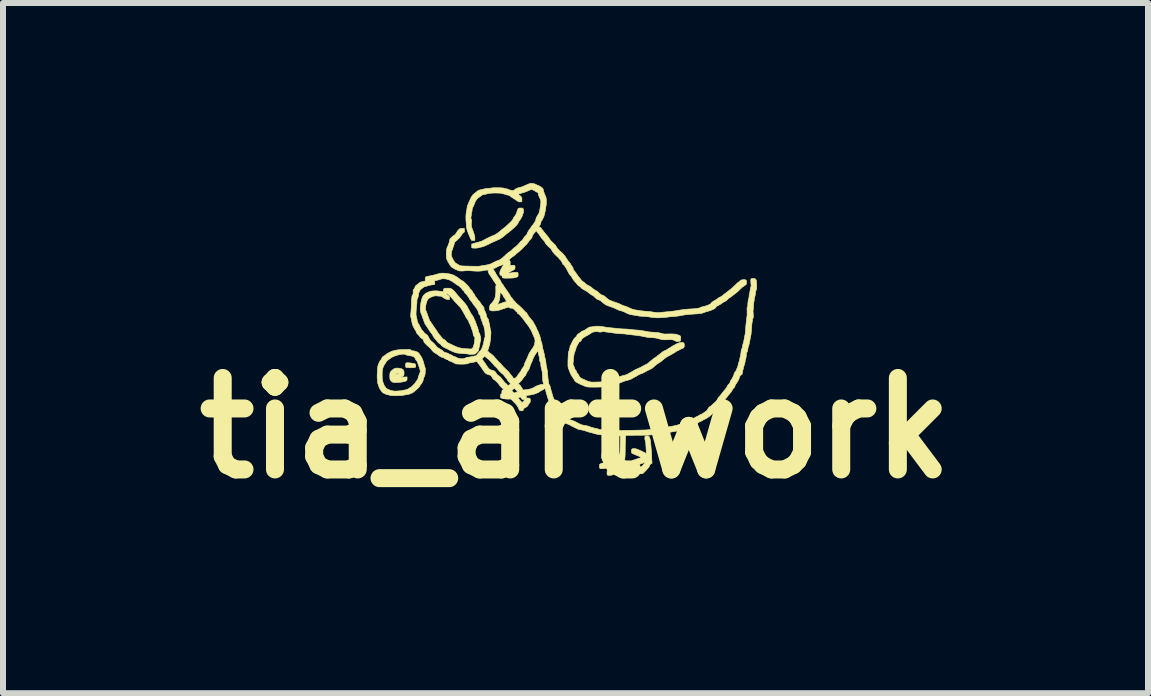
<source format=kicad_pcb>
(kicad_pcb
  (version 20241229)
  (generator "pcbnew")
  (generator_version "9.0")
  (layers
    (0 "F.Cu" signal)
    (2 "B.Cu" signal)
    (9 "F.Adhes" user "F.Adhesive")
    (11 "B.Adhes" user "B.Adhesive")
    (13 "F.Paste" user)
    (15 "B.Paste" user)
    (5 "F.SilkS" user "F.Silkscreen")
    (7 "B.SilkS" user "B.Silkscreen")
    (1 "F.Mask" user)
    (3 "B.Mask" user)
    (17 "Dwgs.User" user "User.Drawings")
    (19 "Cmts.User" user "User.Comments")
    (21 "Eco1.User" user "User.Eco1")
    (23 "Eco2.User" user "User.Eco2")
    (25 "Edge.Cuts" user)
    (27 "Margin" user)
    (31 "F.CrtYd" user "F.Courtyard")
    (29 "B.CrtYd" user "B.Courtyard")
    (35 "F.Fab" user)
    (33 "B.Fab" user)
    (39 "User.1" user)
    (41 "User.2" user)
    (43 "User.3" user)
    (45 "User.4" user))
  (footprint "tia_artwork"
    (layer "F.Cu")
    (at 6.539 4.082)
    (property "Reference" "tia_artwork" (at 0 0 0) (layer "F.SilkS") (effects (font (size 1.524 1.524) (thickness 0.3))))
    (attr through_hole)
    (fp_poly (pts (xy -2.778 -1.087) (xy -2.758 -1.085) (xy -2.735 -1.082) (xy -2.714 -1.078) (xy -2.695 -1.075) (xy -2.68 -1.071) (xy -2.675 -1.069) (xy -2.668 -1.064) (xy -2.664 -1.058) (xy -2.663 -1.049) (xy -2.663 -1.039) (xy -2.663 -1.025) (xy -2.666 -1.017) (xy -2.67 -1.012) (xy -2.672 -1.011) (xy -2.681 -1.009) (xy -2.696 -1.007) (xy -2.716 -1.006) (xy -2.737 -1.005) (xy -2.76 -1.005) (xy -2.78 -1.006) (xy -2.796 -1.007) (xy -2.797 -1.007) (xy -2.814 -1.01) (xy -2.825 -1.013) (xy -2.83 -1.019) (xy -2.832 -1.029) (xy -2.832 -1.045) (xy -2.832 -1.047) (xy -2.831 -1.066) (xy -2.829 -1.078) (xy -2.822 -1.085) (xy -2.81 -1.087) (xy -2.795 -1.088) (xy -2.778 -1.087)) (stroke (width 0.01) (type solid)) (fill yes) (layer "F.SilkS"))
    (fp_poly (pts (xy -2.936 -0.997) (xy -2.908 -0.991) (xy -2.886 -0.982) (xy -2.87 -0.969) (xy -2.868 -0.966) (xy -2.863 -0.957) (xy -2.859 -0.947) (xy -2.858 -0.935) (xy -2.857 -0.917) (xy -2.857 -0.916) (xy -2.858 -0.899) (xy -2.859 -0.888) (xy -2.861 -0.88) (xy -2.866 -0.875) (xy -2.869 -0.871) (xy -2.881 -0.862) (xy -2.896 -0.856) (xy -2.897 -0.855) (xy -2.907 -0.852) (xy -2.912 -0.849) (xy -2.913 -0.849) (xy -2.909 -0.848) (xy -2.898 -0.848) (xy -2.882 -0.849) (xy -2.862 -0.85) (xy -2.86 -0.85) (xy -2.807 -0.852) (xy -2.807 -0.827) (xy -2.807 -0.812) (xy -2.809 -0.802) (xy -2.813 -0.794) (xy -2.821 -0.787) (xy -2.822 -0.787) (xy -2.832 -0.781) (xy -2.85 -0.776) (xy -2.873 -0.771) (xy -2.899 -0.766) (xy -2.928 -0.763) (xy -2.956 -0.76) (xy -2.984 -0.759) (xy -3.009 -0.758) (xy -3.029 -0.76) (xy -3.039 -0.762) (xy -3.054 -0.769) (xy -3.069 -0.781) (xy -3.082 -0.796) (xy -3.089 -0.807) (xy -3.092 -0.82) (xy -3.094 -0.841) (xy -3.095 -0.866) (xy -3.094 -0.888) (xy -3.002 -0.888) (xy -3.001 -0.886) (xy -2.996 -0.887) (xy -2.995 -0.887) (xy -2.984 -0.891) (xy -2.969 -0.897) (xy -2.962 -0.9) (xy -2.951 -0.907) (xy -2.945 -0.912) (xy -2.944 -0.915) (xy -2.951 -0.919) (xy -2.963 -0.916) (xy -2.978 -0.907) (xy -2.986 -0.901) (xy -2.997 -0.892) (xy -3.002 -0.888) (xy -3.094 -0.888) (xy -3.094 -0.894) (xy -3.091 -0.915) (xy -3.085 -0.932) (xy -3.075 -0.946) (xy -3.06 -0.96) (xy -3.053 -0.966) (xy -3.034 -0.98) (xy -3.019 -0.99) (xy -3.005 -0.996) (xy -2.99 -0.998) (xy -2.972 -0.999) (xy -2.968 -0.999) (xy -2.936 -0.997)) (stroke (width 0.01) (type solid)) (fill yes) (layer "F.SilkS"))
    (fp_poly (pts (xy 1.203 0.132) (xy 1.215 0.134) (xy 1.221 0.137) (xy 1.228 0.146) (xy 1.236 0.163) (xy 1.242 0.185) (xy 1.248 0.212) (xy 1.252 0.241) (xy 1.253 0.258) (xy 1.255 0.283) (xy 1.258 0.313) (xy 1.26 0.344) (xy 1.263 0.373) (xy 1.263 0.375) (xy 1.266 0.401) (xy 1.268 0.427) (xy 1.269 0.452) (xy 1.269 0.471) (xy 1.269 0.474) (xy 1.269 0.496) (xy 1.27 0.522) (xy 1.272 0.546) (xy 1.272 0.549) (xy 1.275 0.587) (xy 1.261 0.593) (xy 1.246 0.603) (xy 1.235 0.62) (xy 1.23 0.637) (xy 1.226 0.645) (xy 1.216 0.658) (xy 1.201 0.676) (xy 1.182 0.697) (xy 1.16 0.72) (xy 1.136 0.744) (xy 1.125 0.754) (xy 1.117 0.759) (xy 1.107 0.762) (xy 1.093 0.762) (xy 1.075 0.761) (xy 1.061 0.757) (xy 1.059 0.755) (xy 1.054 0.751) (xy 1.051 0.744) (xy 1.05 0.733) (xy 1.05 0.72) (xy 1.05 0.691) (xy 1.103 0.639) (xy 1.125 0.617) (xy 1.14 0.6) (xy 1.15 0.588) (xy 1.155 0.581) (xy 1.155 0.577) (xy 1.152 0.576) (xy 1.147 0.577) (xy 1.134 0.581) (xy 1.118 0.586) (xy 1.098 0.592) (xy 1.077 0.6) (xy 1.056 0.607) (xy 1.036 0.614) (xy 1.021 0.619) (xy 1.01 0.623) (xy 1.007 0.625) (xy 0.994 0.629) (xy 0.977 0.631) (xy 0.959 0.63) (xy 0.944 0.628) (xy 0.937 0.624) (xy 0.931 0.62) (xy 0.929 0.613) (xy 0.927 0.602) (xy 0.927 0.588) (xy 0.927 0.572) (xy 0.929 0.562) (xy 0.932 0.554) (xy 0.938 0.548) (xy 0.938 0.548) (xy 0.949 0.541) (xy 0.966 0.534) (xy 0.989 0.525) (xy 0.999 0.522) (xy 1.021 0.515) (xy 1.043 0.508) (xy 1.061 0.502) (xy 1.073 0.498) (xy 1.097 0.49) (xy 1.075 0.478) (xy 1.058 0.47) (xy 1.04 0.462) (xy 1.031 0.459) (xy 1.015 0.453) (xy 0.996 0.445) (xy 0.985 0.44) (xy 0.972 0.433) (xy 0.96 0.429) (xy 0.955 0.428) (xy 0.944 0.424) (xy 0.936 0.413) (xy 0.932 0.396) (xy 0.931 0.386) (xy 0.932 0.367) (xy 0.936 0.354) (xy 0.945 0.347) (xy 0.959 0.343) (xy 0.975 0.343) (xy 0.988 0.343) (xy 1.001 0.345) (xy 1.016 0.349) (xy 1.033 0.355) (xy 1.054 0.364) (xy 1.08 0.375) (xy 1.112 0.39) (xy 1.138 0.403) (xy 1.182 0.424) (xy 1.179 0.395) (xy 1.178 0.38) (xy 1.177 0.36) (xy 1.175 0.335) (xy 1.174 0.309) (xy 1.173 0.298) (xy 1.171 0.265) (xy 1.168 0.239) (xy 1.165 0.222) (xy 1.163 0.215) (xy 1.159 0.202) (xy 1.156 0.186) (xy 1.155 0.169) (xy 1.156 0.153) (xy 1.158 0.141) (xy 1.162 0.134) (xy 1.162 0.134) (xy 1.173 0.132) (xy 1.187 0.131) (xy 1.203 0.132)) (stroke (width 0.01) (type solid)) (fill yes) (layer "F.SilkS"))
    (fp_poly (pts (xy -0.896 -3.665) (xy -0.882 -3.663) (xy -0.874 -3.656) (xy -0.869 -3.645) (xy -0.868 -3.627) (xy -0.868 -3.618) (xy -0.868 -3.599) (xy -0.87 -3.585) (xy -0.874 -3.576) (xy -0.876 -3.571) (xy -0.882 -3.559) (xy -0.885 -3.549) (xy -0.885 -3.548) (xy -0.887 -3.538) (xy -0.893 -3.523) (xy -0.903 -3.505) (xy -0.914 -3.485) (xy -0.926 -3.466) (xy -0.938 -3.45) (xy -0.941 -3.447) (xy -0.949 -3.435) (xy -0.955 -3.423) (xy -0.955 -3.42) (xy -0.959 -3.411) (xy -0.968 -3.398) (xy -0.98 -3.383) (xy -0.995 -3.367) (xy -1.009 -3.352) (xy -1.022 -3.34) (xy -1.032 -3.331) (xy -1.045 -3.32) (xy -1.054 -3.312) (xy -1.072 -3.296) (xy -1.09 -3.281) (xy -1.107 -3.267) (xy -1.121 -3.255) (xy -1.133 -3.247) (xy -1.139 -3.243) (xy -1.14 -3.243) (xy -1.144 -3.24) (xy -1.153 -3.233) (xy -1.165 -3.222) (xy -1.17 -3.218) (xy -1.186 -3.203) (xy -1.204 -3.189) (xy -1.22 -3.177) (xy -1.221 -3.177) (xy -1.235 -3.167) (xy -1.248 -3.158) (xy -1.257 -3.153) (xy -1.265 -3.149) (xy -1.279 -3.142) (xy -1.297 -3.134) (xy -1.318 -3.125) (xy -1.325 -3.121) (xy -1.349 -3.111) (xy -1.378 -3.098) (xy -1.408 -3.084) (xy -1.438 -3.069) (xy -1.452 -3.062) (xy -1.482 -3.047) (xy -1.507 -3.036) (xy -1.528 -3.028) (xy -1.546 -3.022) (xy -1.56 -3.018) (xy -1.58 -3.014) (xy -1.601 -3.009) (xy -1.618 -3.004) (xy -1.621 -3.003) (xy -1.637 -3) (xy -1.658 -2.998) (xy -1.679 -2.998) (xy -1.699 -2.998) (xy -1.715 -3) (xy -1.722 -3.002) (xy -1.727 -3.004) (xy -1.73 -3.009) (xy -1.731 -3.017) (xy -1.731 -3.031) (xy -1.731 -3.036) (xy -1.729 -3.066) (xy -1.689 -3.078) (xy -1.666 -3.085) (xy -1.64 -3.092) (xy -1.616 -3.098) (xy -1.611 -3.099) (xy -1.58 -3.108) (xy -1.55 -3.12) (xy -1.541 -3.125) (xy -1.522 -3.135) (xy -1.502 -3.146) (xy -1.485 -3.155) (xy -1.484 -3.156) (xy -1.469 -3.163) (xy -1.451 -3.172) (xy -1.431 -3.181) (xy -1.411 -3.191) (xy -1.392 -3.199) (xy -1.375 -3.206) (xy -1.363 -3.211) (xy -1.357 -3.213) (xy -1.357 -3.213) (xy -1.35 -3.216) (xy -1.337 -3.223) (xy -1.321 -3.233) (xy -1.303 -3.245) (xy -1.285 -3.258) (xy -1.268 -3.271) (xy -1.254 -3.283) (xy -1.247 -3.29) (xy -1.234 -3.301) (xy -1.218 -3.314) (xy -1.202 -3.325) (xy -1.188 -3.336) (xy -1.175 -3.346) (xy -1.166 -3.353) (xy -1.166 -3.354) (xy -1.158 -3.361) (xy -1.147 -3.372) (xy -1.133 -3.384) (xy -1.131 -3.387) (xy -1.113 -3.403) (xy -1.095 -3.42) (xy -1.078 -3.436) (xy -1.064 -3.451) (xy -1.053 -3.463) (xy -1.047 -3.471) (xy -1.046 -3.474) (xy -1.044 -3.48) (xy -1.039 -3.491) (xy -1.032 -3.503) (xy -1.025 -3.515) (xy -1.019 -3.523) (xy -1.016 -3.526) (xy -1.012 -3.53) (xy -1.006 -3.539) (xy -1.003 -3.544) (xy -0.996 -3.557) (xy -0.99 -3.566) (xy -0.989 -3.569) (xy -0.984 -3.577) (xy -0.981 -3.589) (xy -0.981 -3.59) (xy -0.977 -3.604) (xy -0.971 -3.619) (xy -0.969 -3.622) (xy -0.964 -3.634) (xy -0.961 -3.643) (xy -0.961 -3.645) (xy -0.958 -3.655) (xy -0.95 -3.662) (xy -0.935 -3.665) (xy -0.917 -3.666) (xy -0.896 -3.665)) (stroke (width 0.01) (type solid)) (fill yes) (layer "F.SilkS"))
    (fp_poly (pts (xy -2.764 -1.308) (xy -2.755 -1.307) (xy -2.749 -1.306) (xy -2.746 -1.304) (xy -2.745 -1.302) (xy -2.745 -1.3) (xy -2.741 -1.295) (xy -2.733 -1.291) (xy -2.721 -1.289) (xy -2.683 -1.283) (xy -2.653 -1.274) (xy -2.629 -1.263) (xy -2.611 -1.248) (xy -2.597 -1.229) (xy -2.595 -1.225) (xy -2.587 -1.21) (xy -2.577 -1.197) (xy -2.573 -1.192) (xy -2.567 -1.182) (xy -2.559 -1.167) (xy -2.551 -1.147) (xy -2.542 -1.125) (xy -2.535 -1.103) (xy -2.529 -1.083) (xy -2.527 -1.077) (xy -2.52 -1.046) (xy -2.513 -1.024) (xy -2.507 -1.01) (xy -2.507 -1.008) (xy -2.504 -0.999) (xy -2.503 -0.984) (xy -2.503 -0.964) (xy -2.504 -0.942) (xy -2.505 -0.919) (xy -2.507 -0.898) (xy -2.51 -0.881) (xy -2.513 -0.87) (xy -2.514 -0.868) (xy -2.529 -0.839) (xy -2.537 -0.81) (xy -2.537 -0.807) (xy -2.539 -0.794) (xy -2.543 -0.783) (xy -2.545 -0.78) (xy -2.551 -0.77) (xy -2.554 -0.762) (xy -2.558 -0.753) (xy -2.567 -0.741) (xy -2.573 -0.733) (xy -2.583 -0.721) (xy -2.59 -0.71) (xy -2.593 -0.704) (xy -2.594 -0.699) (xy -2.597 -0.694) (xy -2.603 -0.687) (xy -2.611 -0.678) (xy -2.623 -0.666) (xy -2.641 -0.65) (xy -2.65 -0.641) (xy -2.665 -0.628) (xy -2.681 -0.614) (xy -2.697 -0.602) (xy -2.71 -0.592) (xy -2.72 -0.586) (xy -2.724 -0.584) (xy -2.729 -0.583) (xy -2.739 -0.578) (xy -2.749 -0.574) (xy -2.766 -0.567) (xy -2.786 -0.562) (xy -2.801 -0.559) (xy -2.821 -0.556) (xy -2.844 -0.552) (xy -2.857 -0.549) (xy -2.873 -0.546) (xy -2.895 -0.544) (xy -2.922 -0.542) (xy -2.951 -0.541) (xy -2.981 -0.54) (xy -3.01 -0.54) (xy -3.036 -0.54) (xy -3.056 -0.541) (xy -3.067 -0.542) (xy -3.108 -0.55) (xy -3.145 -0.559) (xy -3.177 -0.571) (xy -3.202 -0.584) (xy -3.22 -0.598) (xy -3.223 -0.602) (xy -3.243 -0.628) (xy -3.258 -0.65) (xy -3.268 -0.67) (xy -3.272 -0.681) (xy -3.281 -0.706) (xy -3.287 -0.725) (xy -3.292 -0.737) (xy -3.294 -0.742) (xy -3.296 -0.751) (xy -3.298 -0.763) (xy -3.298 -0.766) (xy -3.298 -0.78) (xy -3.3 -0.798) (xy -3.302 -0.812) (xy -3.304 -0.829) (xy -3.305 -0.852) (xy -3.304 -0.881) (xy -3.222 -0.881) (xy -3.221 -0.855) (xy -3.221 -0.831) (xy -3.219 -0.812) (xy -3.217 -0.8) (xy -3.217 -0.799) (xy -3.211 -0.776) (xy -3.206 -0.758) (xy -3.201 -0.743) (xy -3.197 -0.734) (xy -3.189 -0.715) (xy -3.182 -0.7) (xy -3.176 -0.692) (xy -3.174 -0.69) (xy -3.17 -0.687) (xy -3.165 -0.678) (xy -3.161 -0.67) (xy -3.155 -0.663) (xy -3.146 -0.657) (xy -3.132 -0.649) (xy -3.118 -0.642) (xy -3.081 -0.628) (xy -3.04 -0.619) (xy -3.027 -0.617) (xy -3.013 -0.616) (xy -2.993 -0.616) (xy -2.97 -0.617) (xy -2.947 -0.619) (xy -2.925 -0.62) (xy -2.907 -0.622) (xy -2.898 -0.624) (xy -2.881 -0.628) (xy -2.861 -0.631) (xy -2.851 -0.633) (xy -2.83 -0.637) (xy -2.808 -0.644) (xy -2.787 -0.653) (xy -2.771 -0.663) (xy -2.766 -0.668) (xy -2.757 -0.674) (xy -2.75 -0.677) (xy -2.75 -0.677) (xy -2.744 -0.68) (xy -2.733 -0.688) (xy -2.72 -0.7) (xy -2.706 -0.714) (xy -2.692 -0.728) (xy -2.679 -0.742) (xy -2.669 -0.754) (xy -2.664 -0.762) (xy -2.657 -0.775) (xy -2.648 -0.786) (xy -2.647 -0.787) (xy -2.637 -0.8) (xy -2.628 -0.817) (xy -2.622 -0.834) (xy -2.621 -0.844) (xy -2.619 -0.854) (xy -2.614 -0.868) (xy -2.61 -0.876) (xy -2.604 -0.89) (xy -2.6 -0.901) (xy -2.599 -0.905) (xy -2.596 -0.915) (xy -2.593 -0.92) (xy -2.588 -0.93) (xy -2.587 -0.947) (xy -2.591 -0.97) (xy -2.599 -1) (xy -2.602 -1.007) (xy -2.608 -1.026) (xy -2.614 -1.042) (xy -2.618 -1.054) (xy -2.62 -1.059) (xy -2.624 -1.068) (xy -2.627 -1.081) (xy -2.627 -1.083) (xy -2.634 -1.101) (xy -2.648 -1.122) (xy -2.648 -1.122) (xy -2.658 -1.134) (xy -2.665 -1.144) (xy -2.667 -1.149) (xy -2.669 -1.157) (xy -2.674 -1.167) (xy -2.676 -1.17) (xy -2.688 -1.183) (xy -2.708 -1.194) (xy -2.735 -1.201) (xy -2.754 -1.204) (xy -2.79 -1.21) (xy -2.817 -1.217) (xy -2.835 -1.225) (xy -2.844 -1.229) (xy -2.854 -1.231) (xy -2.867 -1.232) (xy -2.882 -1.231) (xy -2.922 -1.226) (xy -2.964 -1.216) (xy -3.004 -1.203) (xy -3.042 -1.188) (xy -3.075 -1.17) (xy -3.1 -1.151) (xy -3.113 -1.141) (xy -3.126 -1.132) (xy -3.132 -1.129) (xy -3.144 -1.118) (xy -3.156 -1.101) (xy -3.158 -1.097) (xy -3.165 -1.083) (xy -3.173 -1.072) (xy -3.177 -1.067) (xy -3.184 -1.058) (xy -3.192 -1.043) (xy -3.2 -1.025) (xy -3.208 -1.005) (xy -3.214 -0.986) (xy -3.217 -0.972) (xy -3.219 -0.955) (xy -3.221 -0.933) (xy -3.221 -0.907) (xy -3.222 -0.881) (xy -3.304 -0.881) (xy -3.304 -0.882) (xy -3.303 -0.919) (xy -3.303 -0.921) (xy -3.3 -0.958) (xy -3.298 -0.988) (xy -3.296 -1.013) (xy -3.293 -1.032) (xy -3.289 -1.048) (xy -3.285 -1.061) (xy -3.279 -1.073) (xy -3.279 -1.073) (xy -3.273 -1.086) (xy -3.269 -1.097) (xy -3.268 -1.101) (xy -3.265 -1.108) (xy -3.258 -1.118) (xy -3.249 -1.129) (xy -3.239 -1.141) (xy -3.231 -1.154) (xy -3.228 -1.162) (xy -3.221 -1.178) (xy -3.205 -1.193) (xy -3.193 -1.2) (xy -3.183 -1.206) (xy -3.169 -1.216) (xy -3.16 -1.224) (xy -3.145 -1.235) (xy -3.127 -1.247) (xy -3.112 -1.255) (xy -3.096 -1.263) (xy -3.081 -1.27) (xy -3.071 -1.276) (xy -3.062 -1.279) (xy -3.047 -1.284) (xy -3.028 -1.289) (xy -3.01 -1.294) (xy -2.994 -1.297) (xy -2.98 -1.3) (xy -2.966 -1.302) (xy -2.95 -1.304) (xy -2.932 -1.305) (xy -2.909 -1.306) (xy -2.881 -1.307) (xy -2.854 -1.307) (xy -2.821 -1.308) (xy -2.796 -1.308) (xy -2.777 -1.308) (xy -2.764 -1.308)) (stroke (width 0.01) (type solid)) (fill yes) (layer "F.SilkS"))
    (fp_poly (pts (xy -2.113 -2.33) (xy -2.097 -2.329) (xy -2.084 -2.327) (xy -2.075 -2.323) (xy -2.074 -2.323) (xy -2.052 -2.309) (xy -2.029 -2.289) (xy -2.005 -2.264) (xy -1.986 -2.24) (xy -1.973 -2.224) (xy -1.957 -2.205) (xy -1.937 -2.183) (xy -1.917 -2.161) (xy -1.903 -2.146) (xy -1.883 -2.125) (xy -1.864 -2.103) (xy -1.845 -2.081) (xy -1.828 -2.06) (xy -1.814 -2.04) (xy -1.803 -2.024) (xy -1.797 -2.012) (xy -1.795 -2.006) (xy -1.793 -2.001) (xy -1.787 -1.99) (xy -1.779 -1.976) (xy -1.774 -1.966) (xy -1.765 -1.951) (xy -1.757 -1.937) (xy -1.753 -1.928) (xy -1.753 -1.925) (xy -1.75 -1.918) (xy -1.743 -1.909) (xy -1.74 -1.906) (xy -1.73 -1.894) (xy -1.722 -1.882) (xy -1.721 -1.881) (xy -1.714 -1.868) (xy -1.706 -1.854) (xy -1.704 -1.852) (xy -1.697 -1.839) (xy -1.692 -1.826) (xy -1.691 -1.823) (xy -1.687 -1.812) (xy -1.683 -1.803) (xy -1.678 -1.795) (xy -1.671 -1.78) (xy -1.664 -1.76) (xy -1.656 -1.737) (xy -1.653 -1.727) (xy -1.648 -1.714) (xy -1.644 -1.703) (xy -1.642 -1.7) (xy -1.638 -1.692) (xy -1.633 -1.678) (xy -1.628 -1.661) (xy -1.623 -1.644) (xy -1.619 -1.628) (xy -1.617 -1.616) (xy -1.617 -1.614) (xy -1.614 -1.599) (xy -1.604 -1.585) (xy -1.595 -1.57) (xy -1.592 -1.555) (xy -1.592 -1.555) (xy -1.59 -1.542) (xy -1.586 -1.531) (xy -1.585 -1.531) (xy -1.582 -1.521) (xy -1.58 -1.507) (xy -1.579 -1.489) (xy -1.579 -1.471) (xy -1.581 -1.456) (xy -1.585 -1.446) (xy -1.585 -1.446) (xy -1.588 -1.437) (xy -1.591 -1.424) (xy -1.593 -1.407) (xy -1.593 -1.405) (xy -1.596 -1.385) (xy -1.6 -1.364) (xy -1.605 -1.348) (xy -1.609 -1.332) (xy -1.612 -1.316) (xy -1.613 -1.307) (xy -1.614 -1.299) (xy -1.616 -1.291) (xy -1.623 -1.282) (xy -1.633 -1.271) (xy -1.64 -1.264) (xy -1.66 -1.246) (xy -1.676 -1.235) (xy -1.683 -1.232) (xy -1.696 -1.23) (xy -1.714 -1.229) (xy -1.735 -1.228) (xy -1.756 -1.228) (xy -1.774 -1.23) (xy -1.787 -1.232) (xy -1.787 -1.232) (xy -1.797 -1.234) (xy -1.812 -1.236) (xy -1.829 -1.238) (xy -1.834 -1.238) (xy -1.873 -1.241) (xy -1.906 -1.244) (xy -1.931 -1.246) (xy -1.952 -1.248) (xy -1.967 -1.25) (xy -1.98 -1.252) (xy -1.989 -1.254) (xy -1.998 -1.257) (xy -2.002 -1.258) (xy -2.023 -1.266) (xy -2.045 -1.275) (xy -2.067 -1.284) (xy -2.087 -1.293) (xy -2.104 -1.301) (xy -2.115 -1.307) (xy -2.117 -1.308) (xy -2.127 -1.314) (xy -2.141 -1.321) (xy -2.16 -1.33) (xy -2.18 -1.339) (xy -2.194 -1.346) (xy -2.209 -1.356) (xy -2.223 -1.367) (xy -2.234 -1.378) (xy -2.242 -1.387) (xy -2.244 -1.392) (xy -2.247 -1.397) (xy -2.256 -1.402) (xy -2.262 -1.405) (xy -2.276 -1.414) (xy -2.288 -1.425) (xy -2.29 -1.427) (xy -2.297 -1.436) (xy -2.308 -1.449) (xy -2.321 -1.465) (xy -2.335 -1.482) (xy -2.335 -1.482) (xy -2.349 -1.498) (xy -2.36 -1.512) (xy -2.367 -1.523) (xy -2.371 -1.529) (xy -2.371 -1.529) (xy -2.373 -1.535) (xy -2.379 -1.546) (xy -2.386 -1.558) (xy -2.394 -1.57) (xy -2.401 -1.579) (xy -2.405 -1.583) (xy -2.409 -1.587) (xy -2.415 -1.596) (xy -2.418 -1.599) (xy -2.423 -1.607) (xy -2.43 -1.618) (xy -2.44 -1.633) (xy -2.453 -1.653) (xy -2.469 -1.678) (xy -2.49 -1.71) (xy -2.496 -1.719) (xy -2.505 -1.732) (xy -2.512 -1.745) (xy -2.514 -1.75) (xy -2.517 -1.76) (xy -2.523 -1.774) (xy -2.529 -1.793) (xy -2.536 -1.81) (xy -2.543 -1.829) (xy -2.55 -1.848) (xy -2.554 -1.862) (xy -2.557 -1.869) (xy -2.561 -1.882) (xy -2.567 -1.894) (xy -2.572 -1.906) (xy -2.577 -1.921) (xy -2.581 -1.932) (xy -2.585 -1.954) (xy -2.586 -1.983) (xy -2.586 -1.986) (xy -2.5 -1.986) (xy -2.498 -1.969) (xy -2.494 -1.959) (xy -2.494 -1.959) (xy -2.491 -1.953) (xy -2.486 -1.94) (xy -2.479 -1.923) (xy -2.471 -1.902) (xy -2.466 -1.887) (xy -2.453 -1.85) (xy -2.442 -1.82) (xy -2.433 -1.798) (xy -2.426 -1.784) (xy -2.422 -1.778) (xy -2.422 -1.778) (xy -2.418 -1.774) (xy -2.411 -1.764) (xy -2.401 -1.749) (xy -2.389 -1.732) (xy -2.382 -1.721) (xy -2.368 -1.7) (xy -2.355 -1.68) (xy -2.343 -1.663) (xy -2.334 -1.651) (xy -2.331 -1.647) (xy -2.321 -1.633) (xy -2.31 -1.616) (xy -2.302 -1.603) (xy -2.293 -1.589) (xy -2.28 -1.571) (xy -2.266 -1.552) (xy -2.26 -1.546) (xy -2.247 -1.53) (xy -2.234 -1.515) (xy -2.224 -1.502) (xy -2.221 -1.498) (xy -2.213 -1.488) (xy -2.205 -1.482) (xy -2.203 -1.482) (xy -2.195 -1.479) (xy -2.185 -1.473) (xy -2.174 -1.465) (xy -2.166 -1.458) (xy -2.164 -1.455) (xy -2.157 -1.445) (xy -2.146 -1.434) (xy -2.134 -1.424) (xy -2.124 -1.418) (xy -2.115 -1.414) (xy -2.101 -1.408) (xy -2.082 -1.399) (xy -2.061 -1.389) (xy -2.051 -1.384) (xy -2.022 -1.37) (xy -1.997 -1.359) (xy -1.974 -1.349) (xy -1.952 -1.342) (xy -1.93 -1.336) (xy -1.906 -1.331) (xy -1.88 -1.327) (xy -1.85 -1.324) (xy -1.814 -1.321) (xy -1.772 -1.319) (xy -1.743 -1.317) (xy -1.732 -1.319) (xy -1.722 -1.327) (xy -1.717 -1.332) (xy -1.707 -1.344) (xy -1.701 -1.358) (xy -1.7 -1.362) (xy -1.697 -1.376) (xy -1.692 -1.392) (xy -1.689 -1.401) (xy -1.685 -1.416) (xy -1.682 -1.436) (xy -1.68 -1.458) (xy -1.679 -1.47) (xy -1.678 -1.49) (xy -1.677 -1.504) (xy -1.678 -1.512) (xy -1.68 -1.516) (xy -1.683 -1.518) (xy -1.691 -1.526) (xy -1.699 -1.54) (xy -1.704 -1.561) (xy -1.706 -1.569) (xy -1.71 -1.593) (xy -1.714 -1.613) (xy -1.719 -1.628) (xy -1.723 -1.636) (xy -1.723 -1.636) (xy -1.726 -1.642) (xy -1.731 -1.654) (xy -1.736 -1.67) (xy -1.74 -1.681) (xy -1.747 -1.701) (xy -1.755 -1.72) (xy -1.763 -1.736) (xy -1.765 -1.741) (xy -1.772 -1.753) (xy -1.777 -1.764) (xy -1.778 -1.769) (xy -1.78 -1.776) (xy -1.786 -1.788) (xy -1.794 -1.801) (xy -1.803 -1.815) (xy -1.811 -1.826) (xy -1.813 -1.829) (xy -1.82 -1.838) (xy -1.828 -1.85) (xy -1.834 -1.861) (xy -1.837 -1.87) (xy -1.837 -1.871) (xy -1.84 -1.878) (xy -1.845 -1.887) (xy -1.845 -1.887) (xy -1.851 -1.896) (xy -1.859 -1.91) (xy -1.868 -1.927) (xy -1.875 -1.939) (xy -1.887 -1.96) (xy -1.898 -1.978) (xy -1.909 -1.995) (xy -1.921 -2.011) (xy -1.936 -2.028) (xy -1.955 -2.048) (xy -1.977 -2.072) (xy -1.998 -2.093) (xy -2.019 -2.116) (xy -2.038 -2.139) (xy -2.055 -2.159) (xy -2.063 -2.168) (xy -2.083 -2.193) (xy -2.103 -2.213) (xy -2.121 -2.229) (xy -2.136 -2.239) (xy -2.148 -2.243) (xy -2.152 -2.243) (xy -2.152 -2.239) (xy -2.147 -2.232) (xy -2.136 -2.221) (xy -2.121 -2.208) (xy -2.115 -2.204) (xy -2.107 -2.197) (xy -2.102 -2.191) (xy -2.1 -2.182) (xy -2.1 -2.167) (xy -2.1 -2.142) (xy -2.123 -2.142) (xy -2.147 -2.145) (xy -2.172 -2.155) (xy -2.198 -2.169) (xy -2.216 -2.183) (xy -2.228 -2.192) (xy -2.239 -2.196) (xy -2.253 -2.197) (xy -2.267 -2.198) (xy -2.286 -2.199) (xy -2.304 -2.202) (xy -2.326 -2.203) (xy -2.346 -2.202) (xy -2.366 -2.197) (xy -2.39 -2.189) (xy -2.416 -2.177) (xy -2.438 -2.165) (xy -2.455 -2.151) (xy -2.467 -2.133) (xy -2.478 -2.108) (xy -2.479 -2.105) (xy -2.487 -2.082) (xy -2.492 -2.057) (xy -2.497 -2.031) (xy -2.499 -2.007) (xy -2.5 -1.986) (xy -2.586 -1.986) (xy -2.585 -2.017) (xy -2.581 -2.052) (xy -2.576 -2.089) (xy -2.568 -2.124) (xy -2.559 -2.156) (xy -2.549 -2.184) (xy -2.547 -2.188) (xy -2.531 -2.213) (xy -2.507 -2.236) (xy -2.476 -2.255) (xy -2.439 -2.271) (xy -2.415 -2.278) (xy -2.39 -2.283) (xy -2.359 -2.285) (xy -2.325 -2.286) (xy -2.291 -2.284) (xy -2.26 -2.28) (xy -2.258 -2.28) (xy -2.236 -2.276) (xy -2.221 -2.274) (xy -2.211 -2.274) (xy -2.205 -2.277) (xy -2.202 -2.282) (xy -2.201 -2.291) (xy -2.2 -2.295) (xy -2.198 -2.309) (xy -2.195 -2.319) (xy -2.188 -2.325) (xy -2.177 -2.329) (xy -2.161 -2.33) (xy -2.137 -2.33) (xy -2.137 -2.33) (xy -2.113 -2.33)) (stroke (width 0.01) (type solid)) (fill yes) (layer "F.SilkS"))
    (fp_poly (pts (xy 0.4 -1.696) (xy 0.434 -1.693) (xy 0.452 -1.69) (xy 0.52 -1.677) (xy 0.593 -1.67) (xy 0.61 -1.668) (xy 0.633 -1.666) (xy 0.66 -1.663) (xy 0.686 -1.66) (xy 0.694 -1.659) (xy 0.721 -1.656) (xy 0.75 -1.654) (xy 0.776 -1.652) (xy 0.798 -1.651) (xy 0.802 -1.651) (xy 0.825 -1.65) (xy 0.852 -1.649) (xy 0.879 -1.647) (xy 0.895 -1.645) (xy 0.92 -1.642) (xy 0.949 -1.639) (xy 0.979 -1.636) (xy 1.007 -1.634) (xy 1.01 -1.634) (xy 1.034 -1.632) (xy 1.056 -1.63) (xy 1.076 -1.628) (xy 1.089 -1.626) (xy 1.092 -1.625) (xy 1.106 -1.623) (xy 1.125 -1.62) (xy 1.143 -1.617) (xy 1.163 -1.614) (xy 1.184 -1.61) (xy 1.2 -1.606) (xy 1.213 -1.604) (xy 1.233 -1.601) (xy 1.258 -1.599) (xy 1.285 -1.597) (xy 1.3 -1.596) (xy 1.334 -1.594) (xy 1.362 -1.592) (xy 1.387 -1.588) (xy 1.41 -1.583) (xy 1.434 -1.577) (xy 1.45 -1.572) (xy 1.463 -1.569) (xy 1.479 -1.567) (xy 1.5 -1.567) (xy 1.522 -1.567) (xy 1.571 -1.568) (xy 1.612 -1.568) (xy 1.645 -1.566) (xy 1.67 -1.564) (xy 1.687 -1.56) (xy 1.693 -1.558) (xy 1.704 -1.552) (xy 1.715 -1.549) (xy 1.717 -1.549) (xy 1.726 -1.547) (xy 1.737 -1.54) (xy 1.74 -1.538) (xy 1.746 -1.533) (xy 1.75 -1.527) (xy 1.752 -1.519) (xy 1.753 -1.507) (xy 1.753 -1.492) (xy 1.752 -1.472) (xy 1.75 -1.459) (xy 1.744 -1.451) (xy 1.733 -1.447) (xy 1.716 -1.445) (xy 1.707 -1.444) (xy 1.69 -1.444) (xy 1.678 -1.445) (xy 1.67 -1.447) (xy 1.663 -1.452) (xy 1.654 -1.458) (xy 1.646 -1.46) (xy 1.646 -1.461) (xy 1.639 -1.462) (xy 1.628 -1.467) (xy 1.628 -1.467) (xy 1.622 -1.47) (xy 1.615 -1.471) (xy 1.604 -1.472) (xy 1.589 -1.473) (xy 1.569 -1.473) (xy 1.541 -1.472) (xy 1.539 -1.472) (xy 1.507 -1.471) (xy 1.482 -1.471) (xy 1.461 -1.472) (xy 1.443 -1.474) (xy 1.427 -1.477) (xy 1.41 -1.481) (xy 1.401 -1.484) (xy 1.373 -1.492) (xy 1.348 -1.498) (xy 1.324 -1.502) (xy 1.298 -1.504) (xy 1.267 -1.507) (xy 1.264 -1.507) (xy 1.209 -1.511) (xy 1.161 -1.519) (xy 1.151 -1.521) (xy 1.129 -1.526) (xy 1.108 -1.53) (xy 1.089 -1.534) (xy 1.068 -1.537) (xy 1.046 -1.54) (xy 1.02 -1.544) (xy 0.988 -1.548) (xy 0.955 -1.551) (xy 0.925 -1.555) (xy 0.897 -1.558) (xy 0.872 -1.561) (xy 0.851 -1.564) (xy 0.836 -1.566) (xy 0.833 -1.566) (xy 0.813 -1.569) (xy 0.791 -1.57) (xy 0.774 -1.571) (xy 0.758 -1.571) (xy 0.736 -1.573) (xy 0.711 -1.575) (xy 0.686 -1.578) (xy 0.677 -1.579) (xy 0.625 -1.585) (xy 0.582 -1.591) (xy 0.545 -1.596) (xy 0.516 -1.6) (xy 0.494 -1.603) (xy 0.477 -1.606) (xy 0.466 -1.608) (xy 0.463 -1.608) (xy 0.453 -1.61) (xy 0.448 -1.607) (xy 0.447 -1.606) (xy 0.442 -1.603) (xy 0.431 -1.601) (xy 0.416 -1.6) (xy 0.4 -1.6) (xy 0.386 -1.602) (xy 0.376 -1.605) (xy 0.376 -1.605) (xy 0.366 -1.607) (xy 0.352 -1.607) (xy 0.33 -1.605) (xy 0.326 -1.605) (xy 0.305 -1.602) (xy 0.29 -1.599) (xy 0.279 -1.594) (xy 0.27 -1.589) (xy 0.254 -1.578) (xy 0.236 -1.566) (xy 0.219 -1.556) (xy 0.203 -1.546) (xy 0.191 -1.54) (xy 0.184 -1.537) (xy 0.183 -1.537) (xy 0.178 -1.534) (xy 0.167 -1.528) (xy 0.153 -1.519) (xy 0.142 -1.512) (xy 0.125 -1.5) (xy 0.113 -1.49) (xy 0.106 -1.482) (xy 0.102 -1.474) (xy 0.101 -1.472) (xy 0.092 -1.454) (xy 0.078 -1.441) (xy 0.069 -1.437) (xy 0.063 -1.435) (xy 0.057 -1.429) (xy 0.051 -1.419) (xy 0.043 -1.403) (xy 0.038 -1.393) (xy 0.031 -1.38) (xy 0.023 -1.367) (xy 0.021 -1.364) (xy 0.015 -1.354) (xy 0.013 -1.344) (xy 0.011 -1.335) (xy 0.006 -1.323) (xy 0.004 -1.319) (xy -0.001 -1.306) (xy -0.004 -1.296) (xy -0.004 -1.293) (xy -0.006 -1.284) (xy -0.011 -1.272) (xy -0.012 -1.269) (xy -0.018 -1.254) (xy -0.023 -1.234) (xy -0.028 -1.208) (xy -0.032 -1.175) (xy -0.034 -1.154) (xy -0.036 -1.132) (xy -0.038 -1.11) (xy -0.04 -1.091) (xy -0.041 -1.083) (xy -0.042 -1.067) (xy -0.04 -1.056) (xy -0.035 -1.045) (xy -0.035 -1.045) (xy -0.028 -1.031) (xy -0.023 -1.017) (xy -0.023 -1.016) (xy -0.015 -0.992) (xy -0.003 -0.97) (xy 0.005 -0.96) (xy 0.013 -0.95) (xy 0.017 -0.941) (xy 0.017 -0.94) (xy 0.021 -0.926) (xy 0.032 -0.909) (xy 0.043 -0.897) (xy 0.051 -0.887) (xy 0.055 -0.879) (xy 0.055 -0.878) (xy 0.057 -0.871) (xy 0.063 -0.86) (xy 0.067 -0.854) (xy 0.074 -0.845) (xy 0.083 -0.838) (xy 0.095 -0.83) (xy 0.112 -0.822) (xy 0.124 -0.816) (xy 0.156 -0.802) (xy 0.182 -0.79) (xy 0.204 -0.781) (xy 0.221 -0.775) (xy 0.236 -0.771) (xy 0.25 -0.768) (xy 0.265 -0.766) (xy 0.281 -0.766) (xy 0.3 -0.765) (xy 0.313 -0.766) (xy 0.373 -0.767) (xy 0.425 -0.769) (xy 0.471 -0.774) (xy 0.513 -0.78) (xy 0.551 -0.789) (xy 0.587 -0.8) (xy 0.617 -0.811) (xy 0.634 -0.817) (xy 0.651 -0.823) (xy 0.663 -0.827) (xy 0.666 -0.828) (xy 0.675 -0.831) (xy 0.69 -0.837) (xy 0.708 -0.844) (xy 0.718 -0.849) (xy 0.739 -0.858) (xy 0.761 -0.866) (xy 0.782 -0.872) (xy 0.788 -0.874) (xy 0.813 -0.879) (xy 0.836 -0.886) (xy 0.856 -0.893) (xy 0.87 -0.9) (xy 0.876 -0.903) (xy 0.883 -0.908) (xy 0.895 -0.915) (xy 0.91 -0.923) (xy 0.914 -0.925) (xy 0.933 -0.935) (xy 0.954 -0.948) (xy 0.971 -0.958) (xy 0.989 -0.969) (xy 1.01 -0.98) (xy 1.027 -0.986) (xy 1.043 -0.993) (xy 1.063 -1.002) (xy 1.085 -1.012) (xy 1.096 -1.018) (xy 1.118 -1.031) (xy 1.143 -1.044) (xy 1.167 -1.056) (xy 1.175 -1.06) (xy 1.192 -1.069) (xy 1.207 -1.078) (xy 1.217 -1.086) (xy 1.221 -1.09) (xy 1.227 -1.097) (xy 1.24 -1.108) (xy 1.259 -1.124) (xy 1.285 -1.144) (xy 1.318 -1.169) (xy 1.322 -1.172) (xy 1.333 -1.179) (xy 1.342 -1.184) (xy 1.346 -1.185) (xy 1.351 -1.189) (xy 1.356 -1.194) (xy 1.362 -1.201) (xy 1.373 -1.21) (xy 1.38 -1.215) (xy 1.393 -1.224) (xy 1.409 -1.236) (xy 1.425 -1.249) (xy 1.427 -1.251) (xy 1.441 -1.263) (xy 1.452 -1.271) (xy 1.462 -1.277) (xy 1.474 -1.284) (xy 1.49 -1.291) (xy 1.512 -1.301) (xy 1.531 -1.312) (xy 1.544 -1.322) (xy 1.544 -1.322) (xy 1.552 -1.327) (xy 1.564 -1.334) (xy 1.571 -1.337) (xy 1.584 -1.345) (xy 1.595 -1.352) (xy 1.598 -1.355) (xy 1.607 -1.361) (xy 1.62 -1.369) (xy 1.626 -1.371) (xy 1.641 -1.379) (xy 1.655 -1.387) (xy 1.659 -1.389) (xy 1.689 -1.405) (xy 1.715 -1.416) (xy 1.736 -1.423) (xy 1.756 -1.426) (xy 1.765 -1.427) (xy 1.785 -1.426) (xy 1.799 -1.422) (xy 1.807 -1.413) (xy 1.811 -1.399) (xy 1.812 -1.379) (xy 1.811 -1.359) (xy 1.807 -1.346) (xy 1.799 -1.336) (xy 1.785 -1.328) (xy 1.772 -1.323) (xy 1.755 -1.316) (xy 1.739 -1.308) (xy 1.734 -1.305) (xy 1.72 -1.297) (xy 1.704 -1.29) (xy 1.701 -1.289) (xy 1.686 -1.282) (xy 1.673 -1.273) (xy 1.671 -1.272) (xy 1.659 -1.263) (xy 1.645 -1.254) (xy 1.639 -1.251) (xy 1.626 -1.243) (xy 1.609 -1.233) (xy 1.591 -1.223) (xy 1.588 -1.221) (xy 1.571 -1.211) (xy 1.556 -1.203) (xy 1.544 -1.198) (xy 1.542 -1.197) (xy 1.533 -1.193) (xy 1.519 -1.184) (xy 1.501 -1.171) (xy 1.481 -1.156) (xy 1.461 -1.14) (xy 1.441 -1.123) (xy 1.437 -1.12) (xy 1.425 -1.109) (xy 1.412 -1.1) (xy 1.407 -1.097) (xy 1.383 -1.083) (xy 1.357 -1.065) (xy 1.331 -1.044) (xy 1.308 -1.024) (xy 1.307 -1.023) (xy 1.293 -1.01) (xy 1.279 -0.999) (xy 1.268 -0.991) (xy 1.265 -0.99) (xy 1.231 -0.973) (xy 1.205 -0.96) (xy 1.187 -0.951) (xy 1.162 -0.937) (xy 1.142 -0.926) (xy 1.128 -0.919) (xy 1.119 -0.914) (xy 1.113 -0.911) (xy 1.109 -0.91) (xy 1.108 -0.91) (xy 1.099 -0.908) (xy 1.085 -0.902) (xy 1.068 -0.895) (xy 1.05 -0.886) (xy 1.034 -0.877) (xy 1.031 -0.875) (xy 1.014 -0.864) (xy 0.995 -0.854) (xy 0.983 -0.848) (xy 0.968 -0.841) (xy 0.954 -0.833) (xy 0.948 -0.828) (xy 0.938 -0.822) (xy 0.922 -0.814) (xy 0.902 -0.807) (xy 0.881 -0.8) (xy 0.86 -0.794) (xy 0.842 -0.79) (xy 0.838 -0.789) (xy 0.826 -0.786) (xy 0.809 -0.78) (xy 0.79 -0.773) (xy 0.781 -0.769) (xy 0.761 -0.761) (xy 0.742 -0.753) (xy 0.725 -0.747) (xy 0.72 -0.745) (xy 0.703 -0.739) (xy 0.683 -0.732) (xy 0.667 -0.726) (xy 0.643 -0.717) (xy 0.622 -0.71) (xy 0.602 -0.704) (xy 0.582 -0.699) (xy 0.561 -0.696) (xy 0.537 -0.693) (xy 0.507 -0.69) (xy 0.471 -0.687) (xy 0.464 -0.686) (xy 0.441 -0.685) (xy 0.415 -0.684) (xy 0.384 -0.683) (xy 0.352 -0.682) (xy 0.32 -0.682) (xy 0.288 -0.682) (xy 0.259 -0.683) (xy 0.233 -0.683) (xy 0.212 -0.684) (xy 0.197 -0.686) (xy 0.193 -0.686) (xy 0.178 -0.69) (xy 0.162 -0.696) (xy 0.146 -0.701) (xy 0.133 -0.707) (xy 0.126 -0.711) (xy 0.125 -0.712) (xy 0.119 -0.715) (xy 0.115 -0.715) (xy 0.108 -0.717) (xy 0.096 -0.723) (xy 0.079 -0.73) (xy 0.061 -0.739) (xy 0.042 -0.749) (xy 0.024 -0.759) (xy 0.009 -0.767) (xy -0.001 -0.774) (xy -0.003 -0.776) (xy -0.01 -0.783) (xy -0.013 -0.789) (xy -0.015 -0.795) (xy -0.021 -0.805) (xy -0.029 -0.818) (xy -0.03 -0.818) (xy -0.038 -0.831) (xy -0.044 -0.84) (xy -0.047 -0.845) (xy -0.047 -0.845) (xy -0.049 -0.85) (xy -0.056 -0.858) (xy -0.059 -0.862) (xy -0.067 -0.873) (xy -0.072 -0.882) (xy -0.072 -0.885) (xy -0.074 -0.892) (xy -0.076 -0.893) (xy -0.079 -0.897) (xy -0.084 -0.907) (xy -0.09 -0.921) (xy -0.091 -0.924) (xy -0.098 -0.943) (xy -0.105 -0.961) (xy -0.111 -0.976) (xy -0.117 -0.991) (xy -0.121 -1.006) (xy -0.123 -1.012) (xy -0.125 -1.024) (xy -0.126 -1.041) (xy -0.126 -1.064) (xy -0.126 -1.09) (xy -0.126 -1.119) (xy -0.125 -1.148) (xy -0.123 -1.178) (xy -0.122 -1.206) (xy -0.12 -1.231) (xy -0.118 -1.253) (xy -0.115 -1.269) (xy -0.113 -1.279) (xy -0.111 -1.282) (xy -0.107 -1.287) (xy -0.106 -1.296) (xy -0.106 -1.297) (xy -0.104 -1.311) (xy -0.099 -1.322) (xy -0.095 -1.335) (xy -0.093 -1.35) (xy -0.093 -1.351) (xy -0.09 -1.368) (xy -0.085 -1.376) (xy -0.078 -1.384) (xy -0.076 -1.39) (xy -0.074 -1.396) (xy -0.069 -1.407) (xy -0.066 -1.414) (xy -0.058 -1.428) (xy -0.051 -1.442) (xy -0.049 -1.447) (xy -0.04 -1.463) (xy -0.029 -1.48) (xy -0.018 -1.496) (xy -0.006 -1.509) (xy 0.002 -1.516) (xy 0.003 -1.516) (xy 0.013 -1.525) (xy 0.019 -1.535) (xy 0.024 -1.547) (xy 0.031 -1.557) (xy 0.042 -1.567) (xy 0.059 -1.578) (xy 0.074 -1.588) (xy 0.088 -1.598) (xy 0.096 -1.605) (xy 0.107 -1.613) (xy 0.117 -1.617) (xy 0.119 -1.617) (xy 0.127 -1.619) (xy 0.14 -1.625) (xy 0.156 -1.634) (xy 0.172 -1.644) (xy 0.186 -1.653) (xy 0.192 -1.658) (xy 0.215 -1.673) (xy 0.238 -1.683) (xy 0.255 -1.685) (xy 0.269 -1.686) (xy 0.287 -1.689) (xy 0.301 -1.691) (xy 0.33 -1.696) (xy 0.364 -1.697) (xy 0.4 -1.696)) (stroke (width 0.01) (type solid)) (fill yes) (layer "F.SilkS"))
    (fp_poly (pts (xy -0.704 -4.074) (xy -0.673 -4.065) (xy -0.65 -4.054) (xy -0.636 -4.046) (xy -0.624 -4.041) (xy -0.617 -4.039) (xy -0.608 -4.036) (xy -0.597 -4.03) (xy -0.593 -4.027) (xy -0.58 -4.018) (xy -0.568 -4.01) (xy -0.565 -4.009) (xy -0.549 -3.996) (xy -0.539 -3.979) (xy -0.534 -3.956) (xy -0.532 -3.942) (xy -0.529 -3.932) (xy -0.527 -3.928) (xy -0.522 -3.92) (xy -0.521 -3.914) (xy -0.518 -3.903) (xy -0.515 -3.897) (xy -0.511 -3.889) (xy -0.505 -3.875) (xy -0.499 -3.859) (xy -0.498 -3.857) (xy -0.493 -3.844) (xy -0.49 -3.832) (xy -0.488 -3.82) (xy -0.487 -3.805) (xy -0.487 -3.784) (xy -0.487 -3.766) (xy -0.487 -3.742) (xy -0.488 -3.722) (xy -0.489 -3.709) (xy -0.491 -3.702) (xy -0.491 -3.702) (xy -0.494 -3.697) (xy -0.495 -3.686) (xy -0.495 -3.682) (xy -0.496 -3.668) (xy -0.499 -3.65) (xy -0.501 -3.636) (xy -0.505 -3.618) (xy -0.509 -3.597) (xy -0.514 -3.575) (xy -0.514 -3.573) (xy -0.52 -3.55) (xy -0.527 -3.527) (xy -0.535 -3.51) (xy -0.543 -3.493) (xy -0.552 -3.476) (xy -0.558 -3.464) (xy -0.564 -3.454) (xy -0.569 -3.447) (xy -0.571 -3.446) (xy -0.575 -3.442) (xy -0.576 -3.436) (xy -0.578 -3.423) (xy -0.582 -3.407) (xy -0.589 -3.389) (xy -0.597 -3.374) (xy -0.604 -3.362) (xy -0.606 -3.36) (xy -0.612 -3.354) (xy -0.613 -3.351) (xy -0.607 -3.349) (xy -0.592 -3.346) (xy -0.582 -3.342) (xy -0.575 -3.334) (xy -0.571 -3.327) (xy -0.565 -3.317) (xy -0.56 -3.311) (xy -0.559 -3.31) (xy -0.555 -3.307) (xy -0.548 -3.299) (xy -0.539 -3.286) (xy -0.533 -3.278) (xy -0.52 -3.26) (xy -0.503 -3.24) (xy -0.486 -3.22) (xy -0.478 -3.211) (xy -0.464 -3.194) (xy -0.45 -3.177) (xy -0.439 -3.161) (xy -0.435 -3.153) (xy -0.424 -3.136) (xy -0.409 -3.118) (xy -0.387 -3.097) (xy -0.386 -3.096) (xy -0.366 -3.078) (xy -0.352 -3.064) (xy -0.341 -3.054) (xy -0.334 -3.045) (xy -0.329 -3.037) (xy -0.324 -3.029) (xy -0.321 -3.024) (xy -0.314 -3.011) (xy -0.302 -2.995) (xy -0.288 -2.978) (xy -0.272 -2.961) (xy -0.258 -2.947) (xy -0.246 -2.937) (xy -0.242 -2.934) (xy -0.234 -2.928) (xy -0.222 -2.917) (xy -0.21 -2.903) (xy -0.204 -2.897) (xy -0.192 -2.883) (xy -0.182 -2.872) (xy -0.175 -2.865) (xy -0.174 -2.864) (xy -0.17 -2.858) (xy -0.169 -2.853) (xy -0.168 -2.846) (xy -0.165 -2.845) (xy -0.161 -2.841) (xy -0.155 -2.833) (xy -0.148 -2.822) (xy -0.134 -2.799) (xy -0.12 -2.78) (xy -0.106 -2.765) (xy -0.086 -2.739) (xy -0.072 -2.713) (xy -0.064 -2.7) (xy -0.054 -2.688) (xy -0.053 -2.687) (xy -0.046 -2.678) (xy -0.042 -2.67) (xy -0.042 -2.669) (xy -0.041 -2.66) (xy -0.038 -2.648) (xy -0.034 -2.637) (xy -0.03 -2.63) (xy -0.029 -2.629) (xy -0.023 -2.622) (xy -0.013 -2.611) (xy -0.003 -2.598) (xy 0.006 -2.585) (xy 0.013 -2.575) (xy 0.017 -2.568) (xy 0.017 -2.567) (xy 0.02 -2.561) (xy 0.025 -2.557) (xy 0.032 -2.55) (xy 0.037 -2.541) (xy 0.043 -2.53) (xy 0.052 -2.519) (xy 0.052 -2.519) (xy 0.06 -2.511) (xy 0.071 -2.498) (xy 0.083 -2.483) (xy 0.087 -2.478) (xy 0.099 -2.463) (xy 0.111 -2.45) (xy 0.121 -2.442) (xy 0.124 -2.44) (xy 0.135 -2.433) (xy 0.148 -2.423) (xy 0.154 -2.418) (xy 0.165 -2.408) (xy 0.174 -2.399) (xy 0.177 -2.396) (xy 0.184 -2.391) (xy 0.196 -2.384) (xy 0.212 -2.376) (xy 0.218 -2.373) (xy 0.237 -2.363) (xy 0.256 -2.35) (xy 0.272 -2.338) (xy 0.274 -2.336) (xy 0.295 -2.319) (xy 0.315 -2.304) (xy 0.332 -2.294) (xy 0.343 -2.289) (xy 0.35 -2.285) (xy 0.362 -2.277) (xy 0.376 -2.265) (xy 0.39 -2.253) (xy 0.409 -2.236) (xy 0.423 -2.225) (xy 0.434 -2.219) (xy 0.443 -2.216) (xy 0.443 -2.216) (xy 0.465 -2.209) (xy 0.485 -2.196) (xy 0.491 -2.19) (xy 0.513 -2.171) (xy 0.534 -2.153) (xy 0.554 -2.139) (xy 0.558 -2.136) (xy 0.569 -2.131) (xy 0.587 -2.123) (xy 0.611 -2.113) (xy 0.639 -2.103) (xy 0.671 -2.092) (xy 0.704 -2.081) (xy 0.705 -2.081) (xy 0.717 -2.076) (xy 0.733 -2.069) (xy 0.75 -2.06) (xy 0.755 -2.058) (xy 0.774 -2.049) (xy 0.795 -2.041) (xy 0.813 -2.035) (xy 0.815 -2.034) (xy 0.832 -2.029) (xy 0.852 -2.022) (xy 0.874 -2.013) (xy 0.882 -2.009) (xy 0.91 -1.996) (xy 0.933 -1.986) (xy 0.953 -1.979) (xy 0.972 -1.973) (xy 0.992 -1.969) (xy 0.997 -1.969) (xy 1.019 -1.965) (xy 1.044 -1.961) (xy 1.065 -1.957) (xy 1.08 -1.955) (xy 1.102 -1.952) (xy 1.128 -1.95) (xy 1.156 -1.947) (xy 1.177 -1.945) (xy 1.203 -1.943) (xy 1.227 -1.941) (xy 1.248 -1.939) (xy 1.264 -1.937) (xy 1.272 -1.935) (xy 1.284 -1.933) (xy 1.301 -1.93) (xy 1.321 -1.928) (xy 1.334 -1.926) (xy 1.355 -1.924) (xy 1.374 -1.923) (xy 1.393 -1.924) (xy 1.416 -1.926) (xy 1.433 -1.928) (xy 1.459 -1.931) (xy 1.49 -1.934) (xy 1.522 -1.937) (xy 1.549 -1.939) (xy 1.574 -1.942) (xy 1.604 -1.945) (xy 1.637 -1.949) (xy 1.67 -1.954) (xy 1.7 -1.959) (xy 1.737 -1.965) (xy 1.769 -1.97) (xy 1.796 -1.974) (xy 1.822 -1.977) (xy 1.849 -1.979) (xy 1.878 -1.982) (xy 1.912 -1.984) (xy 1.939 -1.985) (xy 1.983 -1.989) (xy 2.02 -1.993) (xy 2.047 -1.997) (xy 2.067 -2.002) (xy 2.079 -2.008) (xy 2.085 -2.011) (xy 2.098 -2.016) (xy 2.115 -2.021) (xy 2.135 -2.025) (xy 2.157 -2.031) (xy 2.179 -2.038) (xy 2.198 -2.044) (xy 2.209 -2.049) (xy 2.224 -2.056) (xy 2.237 -2.062) (xy 2.245 -2.066) (xy 2.253 -2.07) (xy 2.256 -2.076) (xy 2.26 -2.083) (xy 2.27 -2.094) (xy 2.285 -2.105) (xy 2.304 -2.117) (xy 2.314 -2.123) (xy 2.331 -2.132) (xy 2.348 -2.143) (xy 2.36 -2.152) (xy 2.361 -2.152) (xy 2.381 -2.168) (xy 2.4 -2.179) (xy 2.417 -2.186) (xy 2.417 -2.186) (xy 2.426 -2.19) (xy 2.438 -2.198) (xy 2.445 -2.204) (xy 2.457 -2.215) (xy 2.473 -2.228) (xy 2.488 -2.239) (xy 2.527 -2.268) (xy 2.562 -2.296) (xy 2.593 -2.32) (xy 2.618 -2.342) (xy 2.637 -2.36) (xy 2.637 -2.36) (xy 2.645 -2.367) (xy 2.657 -2.379) (xy 2.671 -2.393) (xy 2.677 -2.399) (xy 2.691 -2.412) (xy 2.704 -2.423) (xy 2.714 -2.431) (xy 2.718 -2.433) (xy 2.728 -2.439) (xy 2.735 -2.447) (xy 2.745 -2.458) (xy 2.763 -2.467) (xy 2.787 -2.471) (xy 2.804 -2.472) (xy 2.824 -2.471) (xy 2.837 -2.468) (xy 2.845 -2.46) (xy 2.848 -2.446) (xy 2.849 -2.428) (xy 2.847 -2.408) (xy 2.843 -2.394) (xy 2.836 -2.385) (xy 2.83 -2.383) (xy 2.824 -2.38) (xy 2.816 -2.373) (xy 2.815 -2.372) (xy 2.805 -2.364) (xy 2.791 -2.355) (xy 2.785 -2.351) (xy 2.773 -2.344) (xy 2.764 -2.336) (xy 2.762 -2.333) (xy 2.757 -2.325) (xy 2.747 -2.318) (xy 2.747 -2.318) (xy 2.739 -2.312) (xy 2.735 -2.307) (xy 2.735 -2.307) (xy 2.731 -2.302) (xy 2.722 -2.293) (xy 2.709 -2.28) (xy 2.691 -2.265) (xy 2.671 -2.249) (xy 2.648 -2.231) (xy 2.625 -2.213) (xy 2.603 -2.196) (xy 2.581 -2.18) (xy 2.562 -2.167) (xy 2.554 -2.162) (xy 2.544 -2.154) (xy 2.537 -2.148) (xy 2.536 -2.146) (xy 2.532 -2.141) (xy 2.524 -2.133) (xy 2.512 -2.124) (xy 2.499 -2.115) (xy 2.486 -2.108) (xy 2.476 -2.103) (xy 2.463 -2.097) (xy 2.45 -2.088) (xy 2.449 -2.087) (xy 2.436 -2.077) (xy 2.417 -2.064) (xy 2.394 -2.051) (xy 2.37 -2.038) (xy 2.363 -2.035) (xy 2.349 -2.026) (xy 2.342 -2.018) (xy 2.341 -2.016) (xy 2.338 -2.01) (xy 2.33 -2.001) (xy 2.319 -1.992) (xy 2.309 -1.985) (xy 2.301 -1.981) (xy 2.3 -1.981) (xy 2.294 -1.979) (xy 2.284 -1.974) (xy 2.273 -1.969) (xy 2.259 -1.963) (xy 2.24 -1.956) (xy 2.218 -1.949) (xy 2.201 -1.944) (xy 2.18 -1.938) (xy 2.162 -1.933) (xy 2.147 -1.928) (xy 2.139 -1.925) (xy 2.13 -1.921) (xy 2.12 -1.917) (xy 2.108 -1.914) (xy 2.093 -1.911) (xy 2.074 -1.908) (xy 2.052 -1.906) (xy 2.024 -1.903) (xy 1.99 -1.901) (xy 1.949 -1.898) (xy 1.901 -1.895) (xy 1.892 -1.894) (xy 1.876 -1.893) (xy 1.86 -1.891) (xy 1.844 -1.889) (xy 1.825 -1.887) (xy 1.802 -1.883) (xy 1.773 -1.878) (xy 1.746 -1.873) (xy 1.72 -1.868) (xy 1.689 -1.864) (xy 1.657 -1.861) (xy 1.63 -1.858) (xy 1.607 -1.857) (xy 1.586 -1.855) (xy 1.569 -1.854) (xy 1.558 -1.852) (xy 1.556 -1.852) (xy 1.536 -1.849) (xy 1.51 -1.846) (xy 1.481 -1.844) (xy 1.451 -1.841) (xy 1.422 -1.839) (xy 1.397 -1.838) (xy 1.38 -1.837) (xy 1.34 -1.838) (xy 1.297 -1.842) (xy 1.255 -1.847) (xy 1.219 -1.853) (xy 1.203 -1.855) (xy 1.182 -1.858) (xy 1.156 -1.86) (xy 1.13 -1.862) (xy 1.12 -1.862) (xy 1.096 -1.863) (xy 1.076 -1.865) (xy 1.06 -1.866) (xy 1.049 -1.868) (xy 1.047 -1.868) (xy 1.041 -1.87) (xy 1.028 -1.873) (xy 1.012 -1.876) (xy 1 -1.877) (xy 0.967 -1.882) (xy 0.94 -1.887) (xy 0.918 -1.891) (xy 0.899 -1.896) (xy 0.881 -1.902) (xy 0.863 -1.91) (xy 0.843 -1.92) (xy 0.827 -1.928) (xy 0.806 -1.937) (xy 0.784 -1.946) (xy 0.763 -1.952) (xy 0.758 -1.953) (xy 0.739 -1.958) (xy 0.721 -1.965) (xy 0.707 -1.97) (xy 0.671 -1.988) (xy 0.638 -2.002) (xy 0.606 -2.014) (xy 0.604 -2.015) (xy 0.571 -2.026) (xy 0.545 -2.036) (xy 0.524 -2.044) (xy 0.507 -2.052) (xy 0.493 -2.06) (xy 0.48 -2.07) (xy 0.466 -2.08) (xy 0.46 -2.085) (xy 0.446 -2.097) (xy 0.431 -2.109) (xy 0.422 -2.117) (xy 0.408 -2.127) (xy 0.391 -2.135) (xy 0.387 -2.136) (xy 0.373 -2.141) (xy 0.36 -2.147) (xy 0.348 -2.155) (xy 0.334 -2.167) (xy 0.318 -2.183) (xy 0.305 -2.195) (xy 0.294 -2.204) (xy 0.287 -2.209) (xy 0.285 -2.21) (xy 0.278 -2.212) (xy 0.267 -2.219) (xy 0.252 -2.228) (xy 0.237 -2.239) (xy 0.223 -2.25) (xy 0.211 -2.259) (xy 0.206 -2.264) (xy 0.196 -2.272) (xy 0.182 -2.281) (xy 0.164 -2.291) (xy 0.153 -2.297) (xy 0.129 -2.31) (xy 0.111 -2.321) (xy 0.097 -2.334) (xy 0.092 -2.34) (xy 0.081 -2.351) (xy 0.072 -2.359) (xy 0.067 -2.362) (xy 0.067 -2.362) (xy 0.059 -2.365) (xy 0.048 -2.373) (xy 0.037 -2.384) (xy 0.027 -2.395) (xy 0.024 -2.4) (xy 0.015 -2.411) (xy 0.003 -2.425) (xy -0.007 -2.436) (xy -0.019 -2.45) (xy -0.032 -2.465) (xy -0.043 -2.481) (xy -0.052 -2.495) (xy -0.058 -2.506) (xy -0.059 -2.51) (xy -0.062 -2.515) (xy -0.069 -2.525) (xy -0.08 -2.537) (xy -0.082 -2.539) (xy -0.096 -2.556) (xy -0.109 -2.576) (xy -0.124 -2.603) (xy -0.131 -2.616) (xy -0.142 -2.638) (xy -0.154 -2.659) (xy -0.165 -2.678) (xy -0.175 -2.691) (xy -0.176 -2.692) (xy -0.185 -2.704) (xy -0.192 -2.713) (xy -0.195 -2.718) (xy -0.195 -2.718) (xy -0.198 -2.722) (xy -0.201 -2.722) (xy -0.208 -2.726) (xy -0.215 -2.734) (xy -0.22 -2.745) (xy -0.22 -2.749) (xy -0.223 -2.757) (xy -0.229 -2.769) (xy -0.235 -2.777) (xy -0.243 -2.788) (xy -0.249 -2.797) (xy -0.25 -2.801) (xy -0.253 -2.806) (xy -0.258 -2.809) (xy -0.266 -2.814) (xy -0.273 -2.824) (xy -0.28 -2.833) (xy -0.29 -2.844) (xy -0.301 -2.854) (xy -0.315 -2.866) (xy -0.329 -2.879) (xy -0.336 -2.887) (xy -0.348 -2.899) (xy -0.36 -2.913) (xy -0.364 -2.916) (xy -0.373 -2.928) (xy -0.384 -2.944) (xy -0.393 -2.959) (xy -0.402 -2.974) (xy -0.41 -2.986) (xy -0.416 -2.993) (xy -0.417 -2.993) (xy -0.423 -2.998) (xy -0.434 -3.008) (xy -0.448 -3.021) (xy -0.461 -3.033) (xy -0.48 -3.053) (xy -0.495 -3.07) (xy -0.505 -3.086) (xy -0.508 -3.092) (xy -0.522 -3.116) (xy -0.54 -3.137) (xy -0.555 -3.152) (xy -0.568 -3.167) (xy -0.58 -3.185) (xy -0.582 -3.188) (xy -0.599 -3.214) (xy -0.614 -3.235) (xy -0.627 -3.25) (xy -0.637 -3.262) (xy -0.645 -3.273) (xy -0.648 -3.278) (xy -0.653 -3.289) (xy -0.67 -3.269) (xy -0.68 -3.257) (xy -0.69 -3.246) (xy -0.695 -3.241) (xy -0.701 -3.233) (xy -0.709 -3.22) (xy -0.716 -3.205) (xy -0.723 -3.19) (xy -0.727 -3.178) (xy -0.728 -3.173) (xy -0.731 -3.167) (xy -0.739 -3.157) (xy -0.75 -3.145) (xy -0.754 -3.141) (xy -0.765 -3.129) (xy -0.774 -3.118) (xy -0.779 -3.111) (xy -0.779 -3.11) (xy -0.782 -3.103) (xy -0.787 -3.099) (xy -0.795 -3.091) (xy -0.798 -3.085) (xy -0.804 -3.076) (xy -0.813 -3.064) (xy -0.824 -3.052) (xy -0.834 -3.044) (xy -0.839 -3.041) (xy -0.845 -3.037) (xy -0.847 -3.034) (xy -0.85 -3.029) (xy -0.858 -3.02) (xy -0.87 -3.008) (xy -0.884 -2.993) (xy -0.9 -2.978) (xy -0.916 -2.963) (xy -0.931 -2.95) (xy -0.943 -2.939) (xy -0.951 -2.933) (xy -0.96 -2.926) (xy -0.973 -2.915) (xy -0.988 -2.902) (xy -0.996 -2.895) (xy -1.01 -2.882) (xy -1.024 -2.871) (xy -1.035 -2.863) (xy -1.039 -2.861) (xy -1.051 -2.853) (xy -1.06 -2.845) (xy -1.067 -2.839) (xy -1.072 -2.836) (xy -1.077 -2.833) (xy -1.085 -2.826) (xy -1.096 -2.815) (xy -1.115 -2.795) (xy -1.103 -2.791) (xy -1.097 -2.789) (xy -1.093 -2.786) (xy -1.091 -2.78) (xy -1.09 -2.769) (xy -1.089 -2.752) (xy -1.089 -2.73) (xy -1.09 -2.716) (xy -1.093 -2.71) (xy -1.096 -2.706) (xy -1.093 -2.706) (xy -1.088 -2.707) (xy -1.078 -2.709) (xy -1.063 -2.711) (xy -1.049 -2.712) (xy -1.03 -2.713) (xy -1.018 -2.71) (xy -1.011 -2.702) (xy -1.008 -2.689) (xy -1.008 -2.678) (xy -1.01 -2.657) (xy -1.019 -2.642) (xy -1.032 -2.633) (xy -1.037 -2.632) (xy -1.049 -2.627) (xy -1.062 -2.62) (xy -1.064 -2.619) (xy -1.077 -2.61) (xy -1.091 -2.603) (xy -1.092 -2.602) (xy -1.104 -2.597) (xy -1.112 -2.59) (xy -1.113 -2.589) (xy -1.116 -2.585) (xy -1.113 -2.583) (xy -1.104 -2.582) (xy -1.093 -2.583) (xy -1.077 -2.585) (xy -1.059 -2.588) (xy -1.057 -2.589) (xy -1.032 -2.593) (xy -1.008 -2.595) (xy -0.988 -2.595) (xy -0.972 -2.593) (xy -0.965 -2.591) (xy -0.96 -2.587) (xy -0.958 -2.58) (xy -0.957 -2.569) (xy -0.957 -2.557) (xy -0.957 -2.542) (xy -0.958 -2.532) (xy -0.961 -2.526) (xy -0.967 -2.522) (xy -0.97 -2.52) (xy -0.988 -2.512) (xy -1.011 -2.506) (xy -1.04 -2.501) (xy -1.077 -2.499) (xy -1.121 -2.498) (xy -1.13 -2.498) (xy -1.16 -2.498) (xy -1.183 -2.498) (xy -1.199 -2.5) (xy -1.21 -2.502) (xy -1.217 -2.506) (xy -1.221 -2.511) (xy -1.223 -2.519) (xy -1.224 -2.527) (xy -1.226 -2.538) (xy -1.231 -2.542) (xy -1.238 -2.544) (xy -1.25 -2.546) (xy -1.257 -2.551) (xy -1.26 -2.561) (xy -1.262 -2.577) (xy -1.262 -2.581) (xy -1.261 -2.594) (xy -1.259 -2.605) (xy -1.256 -2.617) (xy -1.249 -2.632) (xy -1.24 -2.649) (xy -1.23 -2.669) (xy -1.219 -2.688) (xy -1.209 -2.705) (xy -1.205 -2.712) (xy -1.19 -2.734) (xy -1.216 -2.722) (xy -1.23 -2.715) (xy -1.242 -2.711) (xy -1.248 -2.709) (xy -1.255 -2.708) (xy -1.267 -2.703) (xy -1.282 -2.696) (xy -1.297 -2.689) (xy -1.311 -2.682) (xy -1.322 -2.676) (xy -1.325 -2.674) (xy -1.333 -2.669) (xy -1.345 -2.664) (xy -1.353 -2.661) (xy -1.368 -2.655) (xy -1.376 -2.65) (xy -1.377 -2.647) (xy -1.373 -2.642) (xy -1.37 -2.64) (xy -1.362 -2.633) (xy -1.359 -2.627) (xy -1.356 -2.621) (xy -1.35 -2.612) (xy -1.348 -2.61) (xy -1.34 -2.599) (xy -1.335 -2.588) (xy -1.335 -2.587) (xy -1.331 -2.578) (xy -1.324 -2.565) (xy -1.318 -2.556) (xy -1.31 -2.545) (xy -1.305 -2.536) (xy -1.304 -2.533) (xy -1.301 -2.527) (xy -1.295 -2.521) (xy -1.289 -2.513) (xy -1.287 -2.508) (xy -1.284 -2.501) (xy -1.277 -2.493) (xy -1.276 -2.492) (xy -1.269 -2.484) (xy -1.26 -2.47) (xy -1.251 -2.455) (xy -1.25 -2.453) (xy -1.241 -2.434) (xy -1.233 -2.42) (xy -1.228 -2.411) (xy -1.222 -2.404) (xy -1.215 -2.397) (xy -1.214 -2.395) (xy -1.206 -2.386) (xy -1.202 -2.377) (xy -1.202 -2.376) (xy -1.199 -2.368) (xy -1.192 -2.358) (xy -1.185 -2.35) (xy -1.176 -2.339) (xy -1.17 -2.331) (xy -1.168 -2.327) (xy -1.166 -2.32) (xy -1.159 -2.311) (xy -1.157 -2.309) (xy -1.149 -2.299) (xy -1.139 -2.284) (xy -1.133 -2.276) (xy -1.125 -2.262) (xy -1.117 -2.25) (xy -1.112 -2.245) (xy -1.101 -2.23) (xy -1.089 -2.207) (xy -1.082 -2.194) (xy -1.076 -2.184) (xy -1.068 -2.176) (xy -1.067 -2.176) (xy -1.059 -2.169) (xy -1.056 -2.162) (xy -1.05 -2.152) (xy -1.045 -2.147) (xy -1.039 -2.14) (xy -1.037 -2.136) (xy -1.034 -2.13) (xy -1.026 -2.122) (xy -1.024 -2.121) (xy -1.013 -2.111) (xy -1.004 -2.1) (xy -1.003 -2.099) (xy -0.997 -2.091) (xy -0.986 -2.08) (xy -0.972 -2.067) (xy -0.964 -2.06) (xy -0.948 -2.047) (xy -0.932 -2.033) (xy -0.919 -2.021) (xy -0.915 -2.017) (xy -0.904 -2.006) (xy -0.894 -1.996) (xy -0.889 -1.992) (xy -0.882 -1.985) (xy -0.872 -1.974) (xy -0.859 -1.96) (xy -0.854 -1.955) (xy -0.842 -1.942) (xy -0.831 -1.931) (xy -0.823 -1.925) (xy -0.821 -1.924) (xy -0.813 -1.918) (xy -0.81 -1.913) (xy -0.807 -1.904) (xy -0.8 -1.892) (xy -0.795 -1.886) (xy -0.788 -1.875) (xy -0.784 -1.866) (xy -0.783 -1.863) (xy -0.781 -1.859) (xy -0.78 -1.858) (xy -0.775 -1.855) (xy -0.768 -1.847) (xy -0.764 -1.841) (xy -0.754 -1.828) (xy -0.742 -1.813) (xy -0.729 -1.8) (xy -0.719 -1.788) (xy -0.711 -1.778) (xy -0.707 -1.772) (xy -0.707 -1.771) (xy -0.705 -1.765) (xy -0.699 -1.755) (xy -0.692 -1.743) (xy -0.677 -1.718) (xy -0.66 -1.685) (xy -0.642 -1.644) (xy -0.636 -1.63) (xy -0.63 -1.617) (xy -0.624 -1.606) (xy -0.621 -1.603) (xy -0.616 -1.594) (xy -0.614 -1.584) (xy -0.611 -1.573) (xy -0.606 -1.56) (xy -0.603 -1.556) (xy -0.596 -1.542) (xy -0.593 -1.528) (xy -0.593 -1.526) (xy -0.591 -1.515) (xy -0.587 -1.508) (xy -0.587 -1.508) (xy -0.584 -1.501) (xy -0.581 -1.488) (xy -0.579 -1.473) (xy -0.576 -1.453) (xy -0.572 -1.439) (xy -0.569 -1.435) (xy -0.565 -1.427) (xy -0.561 -1.413) (xy -0.559 -1.4) (xy -0.555 -1.374) (xy -0.55 -1.348) (xy -0.545 -1.325) (xy -0.541 -1.305) (xy -0.536 -1.292) (xy -0.533 -1.285) (xy -0.53 -1.278) (xy -0.529 -1.269) (xy -0.528 -1.257) (xy -0.525 -1.248) (xy -0.523 -1.239) (xy -0.52 -1.225) (xy -0.517 -1.208) (xy -0.516 -1.204) (xy -0.514 -1.187) (xy -0.51 -1.173) (xy -0.508 -1.163) (xy -0.507 -1.162) (xy -0.504 -1.153) (xy -0.501 -1.138) (xy -0.497 -1.116) (xy -0.493 -1.086) (xy -0.491 -1.065) (xy -0.488 -1.045) (xy -0.485 -1.027) (xy -0.481 -1.013) (xy -0.48 -1.01) (xy -0.477 -0.995) (xy -0.473 -0.974) (xy -0.469 -0.946) (xy -0.466 -0.912) (xy -0.462 -0.873) (xy -0.461 -0.857) (xy -0.459 -0.832) (xy -0.456 -0.806) (xy -0.452 -0.781) (xy -0.449 -0.758) (xy -0.445 -0.74) (xy -0.442 -0.73) (xy -0.437 -0.72) (xy -0.432 -0.713) (xy -0.427 -0.704) (xy -0.422 -0.69) (xy -0.419 -0.679) (xy -0.416 -0.664) (xy -0.411 -0.644) (xy -0.404 -0.619) (xy -0.396 -0.592) (xy -0.388 -0.565) (xy -0.381 -0.539) (xy -0.374 -0.517) (xy -0.372 -0.51) (xy -0.366 -0.495) (xy -0.358 -0.475) (xy -0.348 -0.453) (xy -0.337 -0.43) (xy -0.326 -0.408) (xy -0.316 -0.389) (xy -0.308 -0.375) (xy -0.303 -0.367) (xy -0.296 -0.358) (xy -0.287 -0.344) (xy -0.278 -0.328) (xy -0.274 -0.321) (xy -0.263 -0.302) (xy -0.249 -0.281) (xy -0.235 -0.263) (xy -0.233 -0.261) (xy -0.218 -0.244) (xy -0.202 -0.225) (xy -0.189 -0.208) (xy -0.173 -0.19) (xy -0.157 -0.174) (xy -0.14 -0.162) (xy -0.119 -0.15) (xy -0.093 -0.14) (xy -0.061 -0.129) (xy -0.057 -0.127) (xy -0.038 -0.121) (xy -0.021 -0.114) (xy -0.009 -0.109) (xy -0.004 -0.106) (xy 0.007 -0.1) (xy 0.021 -0.093) (xy 0.021 -0.093) (xy 0.034 -0.087) (xy 0.044 -0.08) (xy 0.045 -0.08) (xy 0.053 -0.074) (xy 0.06 -0.072) (xy 0.067 -0.07) (xy 0.077 -0.065) (xy 0.08 -0.063) (xy 0.094 -0.057) (xy 0.114 -0.051) (xy 0.139 -0.046) (xy 0.14 -0.046) (xy 0.169 -0.041) (xy 0.191 -0.037) (xy 0.208 -0.033) (xy 0.222 -0.029) (xy 0.234 -0.024) (xy 0.241 -0.021) (xy 0.251 -0.017) (xy 0.268 -0.012) (xy 0.288 -0.006) (xy 0.308 -0.001) (xy 0.328 0.004) (xy 0.345 0.007) (xy 0.355 0.008) (xy 0.356 0.008) (xy 0.364 0.01) (xy 0.374 0.015) (xy 0.39 0.021) (xy 0.414 0.026) (xy 0.445 0.03) (xy 0.482 0.034) (xy 0.526 0.037) (xy 0.576 0.039) (xy 0.63 0.04) (xy 0.671 0.04) (xy 0.717 0.04) (xy 0.766 0.04) (xy 0.816 0.039) (xy 0.867 0.039) (xy 0.917 0.038) (xy 0.965 0.037) (xy 1.012 0.036) (xy 1.056 0.035) (xy 1.095 0.034) (xy 1.13 0.033) (xy 1.159 0.032) (xy 1.182 0.031) (xy 1.197 0.03) (xy 1.199 0.029) (xy 1.217 0.028) (xy 1.241 0.026) (xy 1.268 0.025) (xy 1.297 0.024) (xy 1.312 0.023) (xy 1.35 0.022) (xy 1.382 0.02) (xy 1.407 0.017) (xy 1.428 0.014) (xy 1.445 0.009) (xy 1.457 0.005) (xy 1.47 -0.000343) (xy 1.491 -0.006) (xy 1.517 -0.012) (xy 1.546 -0.019) (xy 1.578 -0.025) (xy 1.61 -0.031) (xy 1.611 -0.031) (xy 1.648 -0.038) (xy 1.686 -0.047) (xy 1.72 -0.057) (xy 1.75 -0.067) (xy 1.761 -0.072) (xy 1.776 -0.078) (xy 1.789 -0.083) (xy 1.798 -0.085) (xy 1.799 -0.085) (xy 1.808 -0.086) (xy 1.823 -0.09) (xy 1.84 -0.096) (xy 1.859 -0.102) (xy 1.877 -0.109) (xy 1.89 -0.115) (xy 1.897 -0.118) (xy 1.906 -0.124) (xy 1.919 -0.133) (xy 1.934 -0.142) (xy 1.949 -0.152) (xy 1.963 -0.16) (xy 1.974 -0.166) (xy 1.979 -0.169) (xy 1.98 -0.169) (xy 1.984 -0.172) (xy 1.993 -0.177) (xy 1.994 -0.178) (xy 2.006 -0.185) (xy 2.021 -0.192) (xy 2.022 -0.192) (xy 2.035 -0.198) (xy 2.05 -0.206) (xy 2.061 -0.213) (xy 2.074 -0.221) (xy 2.084 -0.227) (xy 2.089 -0.229) (xy 2.098 -0.231) (xy 2.111 -0.238) (xy 2.128 -0.248) (xy 2.145 -0.26) (xy 2.163 -0.273) (xy 2.179 -0.285) (xy 2.191 -0.297) (xy 2.199 -0.306) (xy 2.201 -0.311) (xy 2.204 -0.318) (xy 2.211 -0.329) (xy 2.22 -0.341) (xy 2.23 -0.351) (xy 2.238 -0.358) (xy 2.242 -0.36) (xy 2.248 -0.363) (xy 2.258 -0.37) (xy 2.271 -0.381) (xy 2.281 -0.391) (xy 2.296 -0.405) (xy 2.309 -0.416) (xy 2.319 -0.425) (xy 2.323 -0.428) (xy 2.331 -0.435) (xy 2.341 -0.446) (xy 2.352 -0.46) (xy 2.361 -0.473) (xy 2.368 -0.484) (xy 2.371 -0.491) (xy 2.371 -0.491) (xy 2.373 -0.498) (xy 2.381 -0.508) (xy 2.389 -0.517) (xy 2.402 -0.531) (xy 2.415 -0.547) (xy 2.421 -0.555) (xy 2.429 -0.565) (xy 2.441 -0.581) (xy 2.456 -0.599) (xy 2.472 -0.619) (xy 2.48 -0.628) (xy 2.494 -0.646) (xy 2.507 -0.662) (xy 2.516 -0.674) (xy 2.522 -0.682) (xy 2.523 -0.684) (xy 2.526 -0.693) (xy 2.532 -0.706) (xy 2.542 -0.719) (xy 2.552 -0.731) (xy 2.558 -0.737) (xy 2.57 -0.749) (xy 2.574 -0.76) (xy 2.577 -0.773) (xy 2.585 -0.789) (xy 2.597 -0.808) (xy 2.604 -0.817) (xy 2.611 -0.827) (xy 2.616 -0.836) (xy 2.616 -0.839) (xy 2.619 -0.847) (xy 2.624 -0.856) (xy 2.632 -0.87) (xy 2.639 -0.891) (xy 2.644 -0.911) (xy 2.648 -0.92) (xy 2.656 -0.932) (xy 2.663 -0.94) (xy 2.672 -0.951) (xy 2.678 -0.961) (xy 2.68 -0.966) (xy 2.682 -0.974) (xy 2.686 -0.986) (xy 2.692 -0.998) (xy 2.699 -1.014) (xy 2.706 -1.035) (xy 2.711 -1.056) (xy 2.711 -1.058) (xy 2.715 -1.076) (xy 2.719 -1.091) (xy 2.723 -1.102) (xy 2.724 -1.103) (xy 2.728 -1.112) (xy 2.732 -1.126) (xy 2.735 -1.142) (xy 2.738 -1.162) (xy 2.743 -1.185) (xy 2.747 -1.2) (xy 2.751 -1.22) (xy 2.755 -1.243) (xy 2.757 -1.265) (xy 2.758 -1.266) (xy 2.76 -1.289) (xy 2.764 -1.307) (xy 2.771 -1.322) (xy 2.777 -1.337) (xy 2.781 -1.351) (xy 2.781 -1.357) (xy 2.783 -1.368) (xy 2.786 -1.384) (xy 2.791 -1.401) (xy 2.791 -1.404) (xy 2.796 -1.419) (xy 2.8 -1.433) (xy 2.803 -1.449) (xy 2.807 -1.467) (xy 2.811 -1.49) (xy 2.816 -1.518) (xy 2.819 -1.534) (xy 2.822 -1.549) (xy 2.825 -1.558) (xy 2.826 -1.566) (xy 2.828 -1.58) (xy 2.83 -1.6) (xy 2.832 -1.622) (xy 2.832 -1.632) (xy 2.834 -1.658) (xy 2.836 -1.683) (xy 2.838 -1.706) (xy 2.84 -1.724) (xy 2.84 -1.727) (xy 2.843 -1.746) (xy 2.845 -1.769) (xy 2.848 -1.793) (xy 2.849 -1.803) (xy 2.851 -1.824) (xy 2.854 -1.843) (xy 2.856 -1.859) (xy 2.857 -1.865) (xy 2.859 -1.875) (xy 2.859 -1.892) (xy 2.859 -1.913) (xy 2.859 -1.937) (xy 2.859 -1.945) (xy 2.858 -1.97) (xy 2.858 -1.988) (xy 2.858 -2) (xy 2.859 -2.008) (xy 2.861 -2.012) (xy 2.863 -2.015) (xy 2.867 -2.021) (xy 2.87 -2.032) (xy 2.87 -2.049) (xy 2.871 -2.072) (xy 2.873 -2.096) (xy 2.876 -2.119) (xy 2.879 -2.139) (xy 2.883 -2.154) (xy 2.885 -2.158) (xy 2.889 -2.169) (xy 2.891 -2.184) (xy 2.891 -2.191) (xy 2.892 -2.208) (xy 2.895 -2.224) (xy 2.896 -2.229) (xy 2.899 -2.242) (xy 2.902 -2.257) (xy 2.906 -2.275) (xy 2.91 -2.3) (xy 2.913 -2.318) (xy 2.916 -2.334) (xy 2.919 -2.348) (xy 2.922 -2.356) (xy 2.923 -2.357) (xy 2.925 -2.363) (xy 2.926 -2.374) (xy 2.924 -2.392) (xy 2.924 -2.393) (xy 2.921 -2.42) (xy 2.92 -2.444) (xy 2.92 -2.464) (xy 2.921 -2.478) (xy 2.924 -2.486) (xy 2.931 -2.489) (xy 2.943 -2.491) (xy 2.957 -2.493) (xy 2.972 -2.493) (xy 2.982 -2.492) (xy 2.989 -2.489) (xy 2.997 -2.482) (xy 2.999 -2.48) (xy 3.005 -2.473) (xy 3.009 -2.467) (xy 3.012 -2.459) (xy 3.014 -2.448) (xy 3.015 -2.432) (xy 3.016 -2.42) (xy 3.018 -2.386) (xy 3.018 -2.356) (xy 3.017 -2.331) (xy 3.014 -2.311) (xy 3.01 -2.298) (xy 3.008 -2.294) (xy 3.004 -2.287) (xy 3.001 -2.274) (xy 2.998 -2.255) (xy 2.997 -2.244) (xy 2.995 -2.223) (xy 2.992 -2.206) (xy 2.989 -2.194) (xy 2.988 -2.192) (xy 2.984 -2.183) (xy 2.981 -2.169) (xy 2.979 -2.152) (xy 2.979 -2.148) (xy 2.977 -2.13) (xy 2.975 -2.114) (xy 2.972 -2.102) (xy 2.972 -2.101) (xy 2.97 -2.091) (xy 2.969 -2.075) (xy 2.967 -2.055) (xy 2.965 -2.033) (xy 2.965 -2.031) (xy 2.964 -2.009) (xy 2.962 -1.99) (xy 2.961 -1.975) (xy 2.959 -1.967) (xy 2.959 -1.966) (xy 2.958 -1.959) (xy 2.958 -1.945) (xy 2.959 -1.927) (xy 2.96 -1.906) (xy 2.962 -1.881) (xy 2.963 -1.863) (xy 2.962 -1.849) (xy 2.96 -1.839) (xy 2.96 -1.838) (xy 2.956 -1.827) (xy 2.952 -1.821) (xy 2.95 -1.82) (xy 2.948 -1.816) (xy 2.947 -1.806) (xy 2.946 -1.795) (xy 2.946 -1.779) (xy 2.944 -1.767) (xy 2.942 -1.761) (xy 2.941 -1.755) (xy 2.939 -1.741) (xy 2.937 -1.722) (xy 2.935 -1.698) (xy 2.933 -1.67) (xy 2.932 -1.653) (xy 2.93 -1.625) (xy 2.928 -1.599) (xy 2.926 -1.577) (xy 2.924 -1.56) (xy 2.922 -1.549) (xy 2.922 -1.546) (xy 2.919 -1.539) (xy 2.916 -1.526) (xy 2.913 -1.508) (xy 2.911 -1.494) (xy 2.903 -1.452) (xy 2.896 -1.415) (xy 2.888 -1.383) (xy 2.88 -1.359) (xy 2.875 -1.342) (xy 2.872 -1.326) (xy 2.87 -1.315) (xy 2.87 -1.314) (xy 2.869 -1.298) (xy 2.864 -1.281) (xy 2.859 -1.267) (xy 2.854 -1.261) (xy 2.85 -1.252) (xy 2.847 -1.234) (xy 2.845 -1.21) (xy 2.843 -1.189) (xy 2.84 -1.17) (xy 2.837 -1.155) (xy 2.835 -1.149) (xy 2.831 -1.136) (xy 2.827 -1.118) (xy 2.824 -1.099) (xy 2.824 -1.098) (xy 2.82 -1.079) (xy 2.816 -1.062) (xy 2.811 -1.048) (xy 2.811 -1.048) (xy 2.805 -1.032) (xy 2.801 -1.015) (xy 2.8 -1.013) (xy 2.797 -0.999) (xy 2.793 -0.981) (xy 2.789 -0.968) (xy 2.785 -0.952) (xy 2.782 -0.937) (xy 2.781 -0.928) (xy 2.78 -0.916) (xy 2.776 -0.904) (xy 2.771 -0.894) (xy 2.766 -0.889) (xy 2.765 -0.889) (xy 2.759 -0.886) (xy 2.75 -0.878) (xy 2.741 -0.868) (xy 2.735 -0.859) (xy 2.734 -0.855) (xy 2.726 -0.829) (xy 2.714 -0.801) (xy 2.699 -0.773) (xy 2.684 -0.749) (xy 2.679 -0.742) (xy 2.669 -0.73) (xy 2.663 -0.718) (xy 2.66 -0.712) (xy 2.654 -0.691) (xy 2.644 -0.675) (xy 2.632 -0.664) (xy 2.619 -0.649) (xy 2.612 -0.635) (xy 2.607 -0.625) (xy 2.599 -0.61) (xy 2.587 -0.595) (xy 2.583 -0.59) (xy 2.556 -0.558) (xy 2.533 -0.529) (xy 2.515 -0.506) (xy 2.501 -0.488) (xy 2.493 -0.477) (xy 2.483 -0.465) (xy 2.473 -0.455) (xy 2.471 -0.453) (xy 2.463 -0.445) (xy 2.46 -0.439) (xy 2.46 -0.438) (xy 2.457 -0.432) (xy 2.451 -0.422) (xy 2.442 -0.409) (xy 2.441 -0.408) (xy 2.431 -0.394) (xy 2.423 -0.382) (xy 2.418 -0.374) (xy 2.418 -0.374) (xy 2.412 -0.366) (xy 2.401 -0.357) (xy 2.393 -0.351) (xy 2.379 -0.34) (xy 2.364 -0.327) (xy 2.353 -0.316) (xy 2.341 -0.304) (xy 2.33 -0.294) (xy 2.321 -0.288) (xy 2.305 -0.278) (xy 2.297 -0.269) (xy 2.294 -0.261) (xy 2.291 -0.252) (xy 2.281 -0.239) (xy 2.267 -0.225) (xy 2.249 -0.209) (xy 2.228 -0.193) (xy 2.207 -0.178) (xy 2.185 -0.164) (xy 2.165 -0.153) (xy 2.147 -0.145) (xy 2.146 -0.144) (xy 2.134 -0.139) (xy 2.125 -0.132) (xy 2.124 -0.132) (xy 2.117 -0.126) (xy 2.105 -0.12) (xy 2.089 -0.113) (xy 2.088 -0.113) (xy 2.073 -0.106) (xy 2.06 -0.1) (xy 2.053 -0.095) (xy 2.053 -0.095) (xy 2.047 -0.09) (xy 2.044 -0.089) (xy 2.038 -0.087) (xy 2.029 -0.081) (xy 2.021 -0.076) (xy 2.01 -0.069) (xy 2.002 -0.064) (xy 1.999 -0.063) (xy 1.995 -0.061) (xy 1.985 -0.055) (xy 1.977 -0.049) (xy 1.967 -0.041) (xy 1.96 -0.035) (xy 1.958 -0.034) (xy 1.954 -0.032) (xy 1.945 -0.029) (xy 1.935 -0.025) (xy 1.91 -0.016) (xy 1.887 -0.009) (xy 1.868 -0.003) (xy 1.855 -0.000324) (xy 1.851 -0.000032) (xy 1.84 0.002) (xy 1.832 0.006) (xy 1.824 0.01) (xy 1.81 0.016) (xy 1.794 0.021) (xy 1.777 0.027) (xy 1.762 0.031) (xy 1.752 0.034) (xy 1.749 0.034) (xy 1.743 0.035) (xy 1.731 0.038) (xy 1.72 0.042) (xy 1.703 0.047) (xy 1.682 0.051) (xy 1.662 0.055) (xy 1.662 0.055) (xy 1.623 0.061) (xy 1.59 0.067) (xy 1.561 0.073) (xy 1.54 0.079) (xy 1.525 0.084) (xy 1.523 0.085) (xy 1.505 0.092) (xy 1.479 0.098) (xy 1.449 0.103) (xy 1.414 0.107) (xy 1.376 0.109) (xy 1.338 0.11) (xy 1.312 0.11) (xy 1.287 0.111) (xy 1.265 0.112) (xy 1.249 0.114) (xy 1.242 0.115) (xy 1.231 0.116) (xy 1.211 0.117) (xy 1.183 0.118) (xy 1.148 0.119) (xy 1.105 0.12) (xy 1.056 0.12) (xy 1.028 0.12) (xy 0.989 0.12) (xy 0.952 0.121) (xy 0.919 0.121) (xy 0.89 0.121) (xy 0.867 0.122) (xy 0.849 0.122) (xy 0.839 0.123) (xy 0.836 0.123) (xy 0.835 0.128) (xy 0.834 0.141) (xy 0.833 0.16) (xy 0.832 0.185) (xy 0.831 0.213) (xy 0.83 0.246) (xy 0.829 0.28) (xy 0.828 0.316) (xy 0.828 0.353) (xy 0.828 0.362) (xy 0.827 0.41) (xy 0.826 0.45) (xy 0.824 0.484) (xy 0.821 0.51) (xy 0.818 0.528) (xy 0.814 0.537) (xy 0.808 0.543) (xy 0.798 0.546) (xy 0.79 0.546) (xy 0.773 0.546) (xy 0.774 0.572) (xy 0.775 0.587) (xy 0.773 0.596) (xy 0.769 0.604) (xy 0.76 0.614) (xy 0.759 0.615) (xy 0.748 0.628) (xy 0.736 0.644) (xy 0.722 0.664) (xy 0.706 0.691) (xy 0.704 0.694) (xy 0.697 0.703) (xy 0.685 0.716) (xy 0.67 0.731) (xy 0.654 0.746) (xy 0.639 0.761) (xy 0.625 0.773) (xy 0.614 0.781) (xy 0.612 0.782) (xy 0.604 0.784) (xy 0.59 0.786) (xy 0.573 0.787) (xy 0.568 0.787) (xy 0.551 0.787) (xy 0.54 0.786) (xy 0.533 0.784) (xy 0.53 0.78) (xy 0.529 0.779) (xy 0.527 0.771) (xy 0.525 0.757) (xy 0.525 0.743) (xy 0.525 0.728) (xy 0.526 0.719) (xy 0.53 0.713) (xy 0.536 0.709) (xy 0.538 0.708) (xy 0.548 0.701) (xy 0.561 0.691) (xy 0.576 0.679) (xy 0.591 0.665) (xy 0.605 0.651) (xy 0.618 0.638) (xy 0.628 0.626) (xy 0.634 0.618) (xy 0.635 0.614) (xy 0.634 0.614) (xy 0.629 0.615) (xy 0.619 0.62) (xy 0.604 0.626) (xy 0.588 0.633) (xy 0.555 0.648) (xy 0.528 0.659) (xy 0.506 0.667) (xy 0.488 0.672) (xy 0.471 0.676) (xy 0.456 0.677) (xy 0.445 0.677) (xy 0.424 0.677) (xy 0.411 0.674) (xy 0.403 0.667) (xy 0.399 0.656) (xy 0.398 0.638) (xy 0.398 0.637) (xy 0.399 0.622) (xy 0.401 0.61) (xy 0.403 0.604) (xy 0.409 0.6) (xy 0.421 0.594) (xy 0.438 0.587) (xy 0.451 0.583) (xy 0.467 0.577) (xy 0.486 0.569) (xy 0.508 0.561) (xy 0.53 0.552) (xy 0.55 0.543) (xy 0.56 0.539) (xy 0.737 0.539) (xy 0.74 0.545) (xy 0.744 0.546) (xy 0.748 0.545) (xy 0.747 0.543) (xy 0.741 0.537) (xy 0.74 0.536) (xy 0.737 0.535) (xy 0.737 0.539) (xy 0.56 0.539) (xy 0.569 0.535) (xy 0.582 0.528) (xy 0.591 0.524) (xy 0.592 0.523) (xy 0.59 0.52) (xy 0.581 0.515) (xy 0.568 0.508) (xy 0.551 0.501) (xy 0.533 0.493) (xy 0.515 0.486) (xy 0.498 0.48) (xy 0.485 0.476) (xy 0.476 0.474) (xy 0.476 0.474) (xy 0.466 0.472) (xy 0.456 0.465) (xy 0.456 0.465) (xy 0.45 0.46) (xy 0.446 0.453) (xy 0.445 0.444) (xy 0.445 0.428) (xy 0.445 0.427) (xy 0.445 0.409) (xy 0.449 0.397) (xy 0.457 0.389) (xy 0.471 0.386) (xy 0.491 0.385) (xy 0.506 0.386) (xy 0.522 0.389) (xy 0.54 0.395) (xy 0.563 0.403) (xy 0.589 0.415) (xy 0.621 0.43) (xy 0.66 0.449) (xy 0.67 0.454) (xy 0.732 0.485) (xy 0.732 0.461) (xy 0.733 0.445) (xy 0.736 0.431) (xy 0.738 0.424) (xy 0.74 0.417) (xy 0.741 0.403) (xy 0.743 0.383) (xy 0.744 0.359) (xy 0.745 0.331) (xy 0.746 0.301) (xy 0.747 0.27) (xy 0.748 0.239) (xy 0.748 0.21) (xy 0.748 0.184) (xy 0.748 0.162) (xy 0.748 0.145) (xy 0.747 0.134) (xy 0.746 0.132) (xy 0.743 0.13) (xy 0.736 0.129) (xy 0.725 0.127) (xy 0.708 0.126) (xy 0.686 0.125) (xy 0.656 0.124) (xy 0.619 0.123) (xy 0.609 0.122) (xy 0.575 0.121) (xy 0.543 0.12) (xy 0.513 0.119) (xy 0.487 0.118) (xy 0.467 0.116) (xy 0.454 0.115) (xy 0.451 0.115) (xy 0.432 0.112) (xy 0.411 0.111) (xy 0.402 0.11) (xy 0.386 0.109) (xy 0.366 0.105) (xy 0.346 0.1) (xy 0.342 0.099) (xy 0.323 0.094) (xy 0.299 0.087) (xy 0.274 0.08) (xy 0.258 0.076) (xy 0.236 0.07) (xy 0.214 0.064) (xy 0.195 0.058) (xy 0.184 0.054) (xy 0.14 0.039) (xy 0.095 0.03) (xy 0.091 0.03) (xy 0.068 0.026) (xy 0.051 0.022) (xy 0.038 0.017) (xy 0.029 0.012) (xy 0.018 0.006) (xy 0.004 -0.000152) (xy -0.004 -0.003) (xy -0.017 -0.008) (xy -0.026 -0.013) (xy -0.028 -0.016) (xy -0.034 -0.02) (xy -0.044 -0.025) (xy -0.047 -0.026) (xy -0.06 -0.03) (xy -0.07 -0.036) (xy -0.071 -0.037) (xy -0.079 -0.043) (xy -0.092 -0.05) (xy -0.097 -0.052) (xy -0.11 -0.058) (xy -0.121 -0.063) (xy -0.124 -0.064) (xy -0.133 -0.067) (xy -0.137 -0.068) (xy -0.147 -0.07) (xy -0.161 -0.076) (xy -0.178 -0.085) (xy -0.195 -0.096) (xy -0.195 -0.096) (xy -0.218 -0.115) (xy -0.243 -0.141) (xy -0.268 -0.171) (xy -0.28 -0.187) (xy -0.293 -0.202) (xy -0.302 -0.214) (xy -0.312 -0.227) (xy -0.323 -0.244) (xy -0.33 -0.256) (xy -0.342 -0.278) (xy -0.35 -0.293) (xy -0.357 -0.304) (xy -0.361 -0.309) (xy -0.365 -0.312) (xy -0.369 -0.313) (xy -0.371 -0.313) (xy -0.38 -0.316) (xy -0.389 -0.323) (xy -0.394 -0.331) (xy -0.394 -0.333) (xy -0.396 -0.338) (xy -0.4 -0.349) (xy -0.408 -0.365) (xy -0.416 -0.381) (xy -0.426 -0.402) (xy -0.435 -0.422) (xy -0.442 -0.439) (xy -0.445 -0.449) (xy -0.449 -0.461) (xy -0.455 -0.48) (xy -0.462 -0.502) (xy -0.469 -0.526) (xy -0.472 -0.534) (xy -0.479 -0.558) (xy -0.486 -0.58) (xy -0.491 -0.6) (xy -0.495 -0.615) (xy -0.495 -0.618) (xy -0.499 -0.633) (xy -0.504 -0.646) (xy -0.506 -0.651) (xy -0.513 -0.661) (xy -0.522 -0.653) (xy -0.53 -0.647) (xy -0.543 -0.639) (xy -0.559 -0.63) (xy -0.564 -0.627) (xy -0.581 -0.618) (xy -0.597 -0.609) (xy -0.608 -0.601) (xy -0.61 -0.599) (xy -0.619 -0.592) (xy -0.626 -0.589) (xy -0.627 -0.588) (xy -0.633 -0.587) (xy -0.644 -0.583) (xy -0.659 -0.577) (xy -0.662 -0.575) (xy -0.683 -0.567) (xy -0.71 -0.56) (xy -0.739 -0.554) (xy -0.768 -0.549) (xy -0.794 -0.546) (xy -0.801 -0.546) (xy -0.821 -0.546) (xy -0.821 -0.5) (xy -0.792 -0.5) (xy -0.775 -0.499) (xy -0.763 -0.496) (xy -0.757 -0.489) (xy -0.754 -0.478) (xy -0.754 -0.459) (xy -0.754 -0.456) (xy -0.754 -0.441) (xy -0.756 -0.431) (xy -0.76 -0.424) (xy -0.764 -0.42) (xy -0.772 -0.411) (xy -0.781 -0.398) (xy -0.783 -0.393) (xy -0.792 -0.379) (xy -0.801 -0.366) (xy -0.81 -0.356) (xy -0.817 -0.352) (xy -0.818 -0.351) (xy -0.824 -0.349) (xy -0.832 -0.343) (xy -0.835 -0.341) (xy -0.846 -0.334) (xy -0.856 -0.33) (xy -0.858 -0.33) (xy -0.865 -0.328) (xy -0.868 -0.321) (xy -0.868 -0.32) (xy -0.869 -0.308) (xy -0.872 -0.299) (xy -0.875 -0.293) (xy -0.88 -0.289) (xy -0.889 -0.288) (xy -0.901 -0.288) (xy -0.915 -0.288) (xy -0.925 -0.291) (xy -0.932 -0.296) (xy -0.939 -0.306) (xy -0.946 -0.322) (xy -0.95 -0.332) (xy -0.958 -0.348) (xy -0.968 -0.364) (xy -0.98 -0.382) (xy -0.997 -0.401) (xy -1.018 -0.424) (xy -1.038 -0.446) (xy -1.075 -0.483) (xy -1.118 -0.483) (xy -1.139 -0.483) (xy -1.159 -0.484) (xy -1.175 -0.486) (xy -1.181 -0.487) (xy -1.198 -0.49) (xy -1.216 -0.494) (xy -1.221 -0.495) (xy -1.233 -0.498) (xy -1.243 -0.502) (xy -1.243 -0.503) (xy -0.956 -0.503) (xy -0.955 -0.498) (xy -0.949 -0.49) (xy -0.938 -0.478) (xy -0.928 -0.466) (xy -0.915 -0.451) (xy -0.903 -0.439) (xy -0.895 -0.43) (xy -0.89 -0.428) (xy -0.884 -0.43) (xy -0.875 -0.438) (xy -0.874 -0.439) (xy -0.864 -0.451) (xy -0.855 -0.462) (xy -0.854 -0.462) (xy -0.846 -0.474) (xy -0.868 -0.474) (xy -0.881 -0.475) (xy -0.888 -0.477) (xy -0.893 -0.482) (xy -0.894 -0.486) (xy -0.9 -0.496) (xy -0.905 -0.503) (xy -0.909 -0.51) (xy -0.91 -0.513) (xy -0.914 -0.515) (xy -0.923 -0.514) (xy -0.936 -0.512) (xy -0.949 -0.508) (xy -0.951 -0.507) (xy -0.955 -0.506) (xy -0.956 -0.503) (xy -1.243 -0.503) (xy -1.245 -0.504) (xy -1.247 -0.513) (xy -1.249 -0.526) (xy -1.249 -0.541) (xy -1.247 -0.554) (xy -1.245 -0.564) (xy -1.244 -0.566) (xy -1.236 -0.571) (xy -1.232 -0.572) (xy -1.228 -0.573) (xy -1.227 -0.58) (xy -1.227 -0.591) (xy -1.227 -0.611) (xy -1.224 -0.624) (xy -1.059 -0.624) (xy -1.057 -0.62) (xy -1.051 -0.614) (xy -1.043 -0.604) (xy -1.04 -0.599) (xy -1.031 -0.589) (xy -1.024 -0.586) (xy -1.018 -0.586) (xy -1.009 -0.589) (xy -0.996 -0.593) (xy -0.991 -0.594) (xy -0.977 -0.599) (xy -0.971 -0.605) (xy -0.973 -0.612) (xy -0.977 -0.617) (xy -0.984 -0.626) (xy -0.993 -0.637) (xy -0.994 -0.638) (xy -1.005 -0.652) (xy -1.015 -0.657) (xy -1.025 -0.656) (xy -1.036 -0.649) (xy -1.05 -0.638) (xy -1.058 -0.63) (xy -1.059 -0.624) (xy -1.224 -0.624) (xy -1.224 -0.625) (xy -1.216 -0.634) (xy -1.211 -0.637) (xy -1.203 -0.643) (xy -1.2 -0.647) (xy -1.2 -0.648) (xy -1.205 -0.653) (xy -1.214 -0.661) (xy -1.226 -0.671) (xy -1.229 -0.674) (xy -1.242 -0.686) (xy -1.254 -0.697) (xy -1.261 -0.706) (xy -1.262 -0.707) (xy -1.272 -0.722) (xy -1.286 -0.74) (xy -1.302 -0.759) (xy -1.319 -0.776) (xy -1.336 -0.791) (xy -1.35 -0.803) (xy -1.358 -0.807) (xy -1.368 -0.813) (xy -1.374 -0.819) (xy -1.375 -0.82) (xy -1.378 -0.827) (xy -1.385 -0.838) (xy -1.394 -0.852) (xy -1.402 -0.864) (xy -1.409 -0.874) (xy -1.41 -0.875) (xy -1.417 -0.88) (xy -1.426 -0.883) (xy -1.457 -0.891) (xy -1.483 -0.903) (xy -1.499 -0.914) (xy -1.509 -0.923) (xy -1.52 -0.938) (xy -1.534 -0.956) (xy -1.547 -0.976) (xy -1.549 -0.978) (xy -1.563 -0.999) (xy -1.577 -1.02) (xy -1.591 -1.04) (xy -1.602 -1.054) (xy -1.602 -1.054) (xy -1.614 -1.069) (xy -1.624 -1.083) (xy -1.631 -1.094) (xy -1.632 -1.095) (xy -1.637 -1.103) (xy -1.643 -1.107) (xy -1.652 -1.107) (xy -1.659 -1.106) (xy -1.675 -1.103) (xy -1.69 -1.099) (xy -1.693 -1.098) (xy -1.705 -1.095) (xy -1.721 -1.093) (xy -1.733 -1.092) (xy -1.75 -1.091) (xy -1.763 -1.088) (xy -1.774 -1.082) (xy -1.788 -1.076) (xy -1.809 -1.071) (xy -1.837 -1.067) (xy -1.87 -1.065) (xy -1.908 -1.065) (xy -1.941 -1.066) (xy -1.964 -1.067) (xy -1.981 -1.068) (xy -1.993 -1.07) (xy -2.001 -1.072) (xy -2.008 -1.075) (xy -2.012 -1.078) (xy -2.021 -1.084) (xy -2.028 -1.088) (xy -2.029 -1.088) (xy -2.035 -1.09) (xy -2.045 -1.095) (xy -2.048 -1.097) (xy -2.065 -1.106) (xy -2.082 -1.113) (xy -2.096 -1.117) (xy -2.1 -1.118) (xy -2.108 -1.121) (xy -2.116 -1.128) (xy -2.124 -1.136) (xy -2.131 -1.139) (xy -2.131 -1.139) (xy -2.139 -1.141) (xy -2.152 -1.146) (xy -2.166 -1.152) (xy -2.179 -1.159) (xy -2.188 -1.165) (xy -2.189 -1.167) (xy -2.197 -1.171) (xy -2.204 -1.173) (xy -2.216 -1.175) (xy -2.232 -1.181) (xy -2.25 -1.19) (xy -2.267 -1.2) (xy -2.281 -1.21) (xy -2.282 -1.211) (xy -2.297 -1.223) (xy -2.311 -1.233) (xy -2.328 -1.243) (xy -2.332 -1.245) (xy -2.352 -1.257) (xy -2.371 -1.273) (xy -2.39 -1.294) (xy -2.399 -1.305) (xy -2.41 -1.319) (xy -2.419 -1.33) (xy -2.425 -1.337) (xy -2.427 -1.338) (xy -2.438 -1.347) (xy -2.452 -1.359) (xy -2.467 -1.373) (xy -2.482 -1.386) (xy -2.488 -1.393) (xy -2.503 -1.408) (xy -2.513 -1.419) (xy -2.52 -1.428) (xy -2.524 -1.436) (xy -2.527 -1.444) (xy -2.535 -1.464) (xy -2.542 -1.478) (xy -2.547 -1.485) (xy -2.548 -1.486) (xy -2.555 -1.489) (xy -2.566 -1.495) (xy -2.577 -1.504) (xy -2.587 -1.513) (xy -2.593 -1.52) (xy -2.593 -1.521) (xy -2.597 -1.528) (xy -2.606 -1.538) (xy -2.618 -1.551) (xy -2.625 -1.559) (xy -2.641 -1.575) (xy -2.65 -1.587) (xy -2.654 -1.596) (xy -2.654 -1.598) (xy -2.658 -1.615) (xy -2.667 -1.631) (xy -2.675 -1.64) (xy -2.682 -1.648) (xy -2.684 -1.654) (xy -2.687 -1.663) (xy -2.69 -1.668) (xy -2.699 -1.682) (xy -2.708 -1.702) (xy -2.717 -1.727) (xy -2.724 -1.755) (xy -2.73 -1.784) (xy -2.731 -1.788) (xy -2.734 -1.808) (xy -2.738 -1.825) (xy -2.741 -1.838) (xy -2.743 -1.844) (xy -2.745 -1.851) (xy -2.746 -1.865) (xy -2.746 -1.884) (xy -2.746 -1.892) (xy -2.657 -1.892) (xy -2.656 -1.878) (xy -2.655 -1.872) (xy -2.649 -1.849) (xy -2.644 -1.826) (xy -2.64 -1.806) (xy -2.638 -1.79) (xy -2.637 -1.784) (xy -2.635 -1.773) (xy -2.631 -1.765) (xy -2.626 -1.757) (xy -2.625 -1.75) (xy -2.621 -1.74) (xy -2.616 -1.736) (xy -2.61 -1.729) (xy -2.604 -1.718) (xy -2.604 -1.715) (xy -2.6 -1.704) (xy -2.596 -1.696) (xy -2.595 -1.696) (xy -2.592 -1.691) (xy -2.586 -1.68) (xy -2.578 -1.666) (xy -2.576 -1.662) (xy -2.568 -1.646) (xy -2.559 -1.633) (xy -2.552 -1.625) (xy -2.551 -1.624) (xy -2.543 -1.617) (xy -2.533 -1.605) (xy -2.527 -1.596) (xy -2.511 -1.577) (xy -2.496 -1.567) (xy -2.485 -1.561) (xy -2.475 -1.554) (xy -2.467 -1.545) (xy -2.459 -1.531) (xy -2.448 -1.512) (xy -2.445 -1.505) (xy -2.436 -1.489) (xy -2.428 -1.476) (xy -2.419 -1.464) (xy -2.407 -1.452) (xy -2.391 -1.438) (xy -2.386 -1.434) (xy -2.369 -1.419) (xy -2.354 -1.404) (xy -2.342 -1.391) (xy -2.334 -1.382) (xy -2.317 -1.359) (xy -2.299 -1.342) (xy -2.284 -1.333) (xy -2.27 -1.325) (xy -2.257 -1.316) (xy -2.255 -1.314) (xy -2.245 -1.307) (xy -2.236 -1.304) (xy -2.236 -1.304) (xy -2.229 -1.301) (xy -2.22 -1.293) (xy -2.215 -1.288) (xy -2.199 -1.273) (xy -2.177 -1.261) (xy -2.15 -1.253) (xy -2.141 -1.251) (xy -2.127 -1.247) (xy -2.115 -1.239) (xy -2.114 -1.238) (xy -2.104 -1.231) (xy -2.09 -1.225) (xy -2.082 -1.222) (xy -2.067 -1.217) (xy -2.056 -1.21) (xy -2.051 -1.207) (xy -2.042 -1.2) (xy -2.029 -1.196) (xy -2.028 -1.195) (xy -2.017 -1.192) (xy -2.002 -1.186) (xy -1.985 -1.177) (xy -1.981 -1.175) (xy -1.961 -1.165) (xy -1.945 -1.159) (xy -1.928 -1.156) (xy -1.922 -1.156) (xy -1.888 -1.154) (xy -1.874 -1.155) (xy -1.559 -1.155) (xy -1.559 -1.151) (xy -1.555 -1.144) (xy -1.546 -1.133) (xy -1.534 -1.118) (xy -1.522 -1.101) (xy -1.508 -1.081) (xy -1.494 -1.061) (xy -1.488 -1.052) (xy -1.471 -1.026) (xy -1.458 -1.007) (xy -1.446 -0.993) (xy -1.436 -0.983) (xy -1.425 -0.976) (xy -1.414 -0.971) (xy -1.413 -0.97) (xy -1.397 -0.965) (xy -1.381 -0.961) (xy -1.375 -0.959) (xy -1.356 -0.952) (xy -1.338 -0.938) (xy -1.325 -0.919) (xy -1.309 -0.895) (xy -1.288 -0.876) (xy -1.276 -0.868) (xy -1.264 -0.86) (xy -1.251 -0.848) (xy -1.243 -0.839) (xy -1.221 -0.811) (xy -1.203 -0.789) (xy -1.19 -0.773) (xy -1.18 -0.761) (xy -1.174 -0.754) (xy -1.17 -0.75) (xy -1.168 -0.749) (xy -1.164 -0.746) (xy -1.155 -0.739) (xy -1.145 -0.728) (xy -1.145 -0.728) (xy -1.125 -0.707) (xy -1.11 -0.716) (xy -1.098 -0.723) (xy -1.088 -0.729) (xy -1.087 -0.73) (xy -1.083 -0.734) (xy -1.083 -0.737) (xy -0.962 -0.737) (xy -0.95 -0.732) (xy -0.939 -0.725) (xy -0.928 -0.716) (xy -0.918 -0.706) (xy -0.911 -0.697) (xy -0.91 -0.693) (xy -0.907 -0.686) (xy -0.902 -0.68) (xy -0.896 -0.672) (xy -0.888 -0.66) (xy -0.885 -0.654) (xy -0.879 -0.643) (xy -0.873 -0.637) (xy -0.865 -0.635) (xy -0.86 -0.635) (xy -0.85 -0.636) (xy -0.833 -0.638) (xy -0.813 -0.64) (xy -0.796 -0.643) (xy -0.77 -0.648) (xy -0.747 -0.654) (xy -0.728 -0.66) (xy -0.724 -0.662) (xy -0.711 -0.668) (xy -0.7 -0.672) (xy -0.696 -0.673) (xy -0.69 -0.676) (xy -0.685 -0.68) (xy -0.675 -0.688) (xy -0.659 -0.697) (xy -0.638 -0.706) (xy -0.615 -0.714) (xy -0.592 -0.721) (xy -0.57 -0.726) (xy -0.552 -0.728) (xy -0.551 -0.728) (xy -0.54 -0.729) (xy -0.535 -0.731) (xy -0.533 -0.738) (xy -0.533 -0.741) (xy -0.535 -0.75) (xy -0.537 -0.755) (xy -0.54 -0.759) (xy -0.542 -0.766) (xy -0.544 -0.778) (xy -0.546 -0.796) (xy -0.548 -0.819) (xy -0.549 -0.851) (xy -0.55 -0.868) (xy -0.552 -0.901) (xy -0.554 -0.926) (xy -0.556 -0.944) (xy -0.559 -0.956) (xy -0.561 -0.962) (xy -0.565 -0.976) (xy -0.567 -0.989) (xy -0.568 -0.999) (xy -0.571 -1.005) (xy -0.571 -1.005) (xy -0.573 -1.01) (xy -0.575 -1.022) (xy -0.577 -1.038) (xy -0.578 -1.053) (xy -0.579 -1.074) (xy -0.581 -1.088) (xy -0.584 -1.097) (xy -0.587 -1.102) (xy -0.59 -1.105) (xy -0.594 -1.11) (xy -0.597 -1.118) (xy -0.599 -1.13) (xy -0.6 -1.148) (xy -0.601 -1.166) (xy -0.604 -1.182) (xy -0.607 -1.194) (xy -0.607 -1.196) (xy -0.611 -1.207) (xy -0.615 -1.223) (xy -0.617 -1.234) (xy -0.62 -1.251) (xy -0.623 -1.266) (xy -0.625 -1.274) (xy -0.629 -1.288) (xy -0.657 -1.246) (xy -0.676 -1.216) (xy -0.692 -1.189) (xy -0.704 -1.165) (xy -0.712 -1.146) (xy -0.713 -1.141) (xy -0.716 -1.132) (xy -0.722 -1.118) (xy -0.729 -1.101) (xy -0.732 -1.095) (xy -0.743 -1.071) (xy -0.751 -1.051) (xy -0.757 -1.033) (xy -0.763 -1.014) (xy -0.764 -1.012) (xy -0.773 -0.987) (xy -0.786 -0.964) (xy -0.798 -0.948) (xy -0.805 -0.939) (xy -0.809 -0.931) (xy -0.809 -0.931) (xy -0.811 -0.923) (xy -0.817 -0.913) (xy -0.817 -0.913) (xy -0.823 -0.902) (xy -0.826 -0.893) (xy -0.829 -0.883) (xy -0.839 -0.87) (xy -0.847 -0.862) (xy -0.86 -0.848) (xy -0.872 -0.832) (xy -0.879 -0.821) (xy -0.889 -0.807) (xy -0.903 -0.79) (xy -0.919 -0.772) (xy -0.934 -0.757) (xy -0.948 -0.746) (xy -0.95 -0.745) (xy -0.962 -0.737) (xy -1.083 -0.737) (xy -1.083 -0.738) (xy -1.088 -0.745) (xy -1.097 -0.756) (xy -1.097 -0.756) (xy -1.109 -0.768) (xy -1.119 -0.78) (xy -1.125 -0.786) (xy -1.132 -0.795) (xy -1.135 -0.802) (xy -1.137 -0.809) (xy -1.144 -0.818) (xy -1.149 -0.822) (xy -1.158 -0.833) (xy -1.17 -0.848) (xy -1.18 -0.863) (xy -1.193 -0.879) (xy -1.208 -0.895) (xy -1.221 -0.905) (xy -1.244 -0.925) (xy -1.27 -0.951) (xy -1.297 -0.983) (xy -1.306 -0.995) (xy -1.317 -1.007) (xy -1.327 -1.017) (xy -1.334 -1.022) (xy -1.334 -1.023) (xy -1.341 -1.027) (xy -1.35 -1.037) (xy -1.353 -1.041) (xy -1.363 -1.053) (xy -1.375 -1.067) (xy -1.382 -1.075) (xy -1.394 -1.088) (xy -1.405 -1.101) (xy -1.41 -1.107) (xy -1.421 -1.118) (xy -1.435 -1.132) (xy -1.452 -1.147) (xy -1.468 -1.16) (xy -1.473 -1.164) (xy -1.483 -1.172) (xy -1.495 -1.182) (xy -1.501 -1.187) (xy -1.518 -1.202) (xy -1.527 -1.185) (xy -1.536 -1.173) (xy -1.547 -1.164) (xy -1.55 -1.162) (xy -1.556 -1.159) (xy -1.559 -1.155) (xy -1.874 -1.155) (xy -1.862 -1.156) (xy -1.842 -1.162) (xy -1.834 -1.167) (xy -1.823 -1.174) (xy -1.809 -1.178) (xy -1.789 -1.181) (xy -1.788 -1.181) (xy -1.769 -1.183) (xy -1.751 -1.186) (xy -1.738 -1.189) (xy -1.738 -1.189) (xy -1.725 -1.192) (xy -1.707 -1.195) (xy -1.689 -1.199) (xy -1.689 -1.199) (xy -1.676 -1.201) (xy -1.666 -1.203) (xy -1.658 -1.207) (xy -1.65 -1.213) (xy -1.641 -1.223) (xy -1.629 -1.237) (xy -1.613 -1.256) (xy -1.613 -1.257) (xy -1.601 -1.271) (xy -1.591 -1.282) (xy -1.585 -1.289) (xy -1.582 -1.291) (xy -1.579 -1.295) (xy -1.573 -1.304) (xy -1.566 -1.318) (xy -1.563 -1.324) (xy -1.553 -1.346) (xy -1.544 -1.374) (xy -1.535 -1.405) (xy -1.528 -1.436) (xy -1.523 -1.464) (xy -1.522 -1.473) (xy -1.52 -1.487) (xy -1.516 -1.499) (xy -1.513 -1.503) (xy -1.51 -1.507) (xy -1.508 -1.513) (xy -1.507 -1.521) (xy -1.507 -1.534) (xy -1.508 -1.553) (xy -1.508 -1.577) (xy -1.51 -1.607) (xy -1.512 -1.63) (xy -1.515 -1.646) (xy -1.518 -1.655) (xy -1.522 -1.668) (xy -1.524 -1.683) (xy -1.524 -1.683) (xy -1.527 -1.7) (xy -1.533 -1.708) (xy -1.539 -1.719) (xy -1.543 -1.732) (xy -1.544 -1.734) (xy -1.547 -1.749) (xy -1.553 -1.765) (xy -1.554 -1.768) (xy -1.559 -1.779) (xy -1.562 -1.787) (xy -1.562 -1.789) (xy -1.564 -1.795) (xy -1.568 -1.806) (xy -1.571 -1.811) (xy -1.576 -1.825) (xy -1.579 -1.838) (xy -1.579 -1.841) (xy -1.582 -1.861) (xy -1.592 -1.879) (xy -1.6 -1.887) (xy -1.61 -1.902) (xy -1.617 -1.923) (xy -1.617 -1.925) (xy -1.621 -1.939) (xy -1.624 -1.95) (xy -1.626 -1.954) (xy -1.629 -1.96) (xy -1.636 -1.97) (xy -1.641 -1.979) (xy -1.648 -1.991) (xy -1.656 -2.003) (xy -1.667 -2.017) (xy -1.681 -2.035) (xy -1.686 -2.04) (xy -1.691 -2.047) (xy -1.699 -2.058) (xy -1.709 -2.072) (xy -1.711 -2.076) (xy -1.723 -2.094) (xy -1.737 -2.112) (xy -1.749 -2.126) (xy -1.75 -2.127) (xy -1.761 -2.14) (xy -1.768 -2.151) (xy -1.77 -2.157) (xy -1.772 -2.167) (xy -1.777 -2.172) (xy -1.783 -2.179) (xy -1.791 -2.19) (xy -1.797 -2.199) (xy -1.806 -2.212) (xy -1.815 -2.224) (xy -1.82 -2.229) (xy -1.829 -2.238) (xy -1.84 -2.248) (xy -1.848 -2.259) (xy -1.853 -2.27) (xy -1.853 -2.27) (xy -1.86 -2.283) (xy -1.872 -2.293) (xy -1.883 -2.302) (xy -1.89 -2.312) (xy -1.891 -2.314) (xy -1.895 -2.322) (xy -1.905 -2.333) (xy -1.919 -2.346) (xy -1.934 -2.359) (xy -1.949 -2.371) (xy -1.963 -2.38) (xy -1.968 -2.382) (xy -1.979 -2.388) (xy -1.993 -2.398) (xy -2.007 -2.409) (xy -2.018 -2.418) (xy -2.034 -2.428) (xy -2.051 -2.44) (xy -2.07 -2.451) (xy -2.087 -2.46) (xy -2.102 -2.468) (xy -2.112 -2.472) (xy -2.114 -2.472) (xy -2.121 -2.474) (xy -2.132 -2.477) (xy -2.136 -2.478) (xy -2.157 -2.484) (xy -2.181 -2.487) (xy -2.205 -2.488) (xy -2.227 -2.486) (xy -2.239 -2.483) (xy -2.258 -2.477) (xy -2.278 -2.47) (xy -2.299 -2.464) (xy -2.319 -2.46) (xy -2.334 -2.456) (xy -2.342 -2.455) (xy -2.35 -2.455) (xy -2.351 -2.451) (xy -2.35 -2.447) (xy -2.347 -2.438) (xy -2.346 -2.425) (xy -2.345 -2.415) (xy -2.345 -2.404) (xy -2.347 -2.397) (xy -2.351 -2.392) (xy -2.358 -2.389) (xy -2.372 -2.388) (xy -2.392 -2.386) (xy -2.393 -2.386) (xy -2.411 -2.383) (xy -2.432 -2.379) (xy -2.454 -2.372) (xy -2.458 -2.371) (xy -2.476 -2.365) (xy -2.492 -2.361) (xy -2.503 -2.358) (xy -2.506 -2.358) (xy -2.516 -2.355) (xy -2.53 -2.347) (xy -2.545 -2.337) (xy -2.565 -2.321) (xy -2.58 -2.308) (xy -2.59 -2.297) (xy -2.596 -2.287) (xy -2.599 -2.278) (xy -2.604 -2.266) (xy -2.609 -2.257) (xy -2.61 -2.256) (xy -2.614 -2.249) (xy -2.616 -2.237) (xy -2.616 -2.235) (xy -2.617 -2.216) (xy -2.621 -2.196) (xy -2.625 -2.177) (xy -2.631 -2.164) (xy -2.634 -2.16) (xy -2.638 -2.152) (xy -2.64 -2.142) (xy -2.642 -2.126) (xy -2.642 -2.115) (xy -2.643 -2.095) (xy -2.644 -2.074) (xy -2.646 -2.058) (xy -2.646 -2.057) (xy -2.649 -2.038) (xy -2.651 -2.015) (xy -2.653 -1.989) (xy -2.655 -1.962) (xy -2.656 -1.936) (xy -2.657 -1.912) (xy -2.657 -1.892) (xy -2.746 -1.892) (xy -2.745 -1.907) (xy -2.742 -1.932) (xy -2.741 -1.939) (xy -2.741 -1.947) (xy -2.74 -1.962) (xy -2.739 -1.984) (xy -2.737 -2.009) (xy -2.736 -2.038) (xy -2.735 -2.066) (xy -2.733 -2.105) (xy -2.731 -2.137) (xy -2.729 -2.163) (xy -2.727 -2.182) (xy -2.725 -2.197) (xy -2.722 -2.208) (xy -2.718 -2.215) (xy -2.713 -2.22) (xy -2.713 -2.221) (xy -2.709 -2.226) (xy -2.707 -2.233) (xy -2.705 -2.245) (xy -2.705 -2.262) (xy -2.705 -2.266) (xy -2.705 -2.284) (xy -2.704 -2.296) (xy -2.702 -2.304) (xy -2.698 -2.31) (xy -2.693 -2.315) (xy -2.684 -2.327) (xy -2.676 -2.341) (xy -2.676 -2.343) (xy -2.671 -2.357) (xy -2.666 -2.367) (xy -2.659 -2.375) (xy -2.649 -2.383) (xy -2.637 -2.391) (xy -2.623 -2.401) (xy -2.613 -2.409) (xy -2.607 -2.415) (xy -2.606 -2.416) (xy -2.598 -2.423) (xy -2.584 -2.43) (xy -2.566 -2.436) (xy -2.563 -2.436) (xy -2.549 -2.439) (xy -2.532 -2.443) (xy -2.525 -2.445) (xy -2.504 -2.451) (xy -2.504 -2.481) (xy -2.504 -2.498) (xy -2.502 -2.508) (xy -2.499 -2.514) (xy -2.496 -2.517) (xy -2.49 -2.52) (xy -2.479 -2.524) (xy -2.464 -2.528) (xy -2.442 -2.532) (xy -2.413 -2.538) (xy -2.39 -2.542) (xy -2.366 -2.548) (xy -2.34 -2.554) (xy -2.317 -2.561) (xy -2.315 -2.562) (xy -2.267 -2.575) (xy -2.222 -2.581) (xy -2.181 -2.579) (xy -2.176 -2.579) (xy -2.155 -2.576) (xy -2.133 -2.573) (xy -2.117 -2.571) (xy -2.078 -2.564) (xy -2.037 -2.55) (xy -1.996 -2.529) (xy -1.957 -2.503) (xy -1.939 -2.489) (xy -1.924 -2.477) (xy -1.908 -2.466) (xy -1.897 -2.46) (xy -1.879 -2.449) (xy -1.86 -2.436) (xy -1.84 -2.417) (xy -1.822 -2.4) (xy -1.803 -2.381) (xy -1.789 -2.366) (xy -1.78 -2.355) (xy -1.773 -2.346) (xy -1.77 -2.339) (xy -1.769 -2.337) (xy -1.764 -2.328) (xy -1.754 -2.317) (xy -1.743 -2.307) (xy -1.729 -2.292) (xy -1.718 -2.277) (xy -1.714 -2.269) (xy -1.706 -2.254) (xy -1.695 -2.239) (xy -1.691 -2.234) (xy -1.683 -2.223) (xy -1.677 -2.213) (xy -1.676 -2.208) (xy -1.673 -2.199) (xy -1.666 -2.189) (xy -1.663 -2.186) (xy -1.654 -2.176) (xy -1.643 -2.162) (xy -1.634 -2.148) (xy -1.624 -2.134) (xy -1.613 -2.121) (xy -1.605 -2.113) (xy -1.596 -2.106) (xy -1.592 -2.1) (xy -1.592 -2.1) (xy -1.591 -2.097) (xy -1.588 -2.091) (xy -1.582 -2.082) (xy -1.573 -2.069) (xy -1.559 -2.049) (xy -1.559 -2.049) (xy -1.551 -2.04) (xy -1.541 -2.028) (xy -1.538 -2.024) (xy -1.529 -2.014) (xy -1.525 -2.004) (xy -1.524 -1.991) (xy -1.524 -1.987) (xy -1.523 -1.971) (xy -1.519 -1.964) (xy -1.518 -1.963) (xy -1.514 -1.958) (xy -1.509 -1.947) (xy -1.505 -1.938) (xy -1.5 -1.924) (xy -1.495 -1.912) (xy -1.492 -1.907) (xy -1.488 -1.897) (xy -1.486 -1.884) (xy -1.486 -1.883) (xy -1.482 -1.861) (xy -1.472 -1.839) (xy -1.46 -1.821) (xy -1.451 -1.808) (xy -1.448 -1.793) (xy -1.448 -1.79) (xy -1.446 -1.776) (xy -1.443 -1.763) (xy -1.442 -1.762) (xy -1.439 -1.753) (xy -1.436 -1.738) (xy -1.432 -1.719) (xy -1.429 -1.702) (xy -1.426 -1.679) (xy -1.422 -1.657) (xy -1.418 -1.638) (xy -1.415 -1.628) (xy -1.413 -1.618) (xy -1.411 -1.608) (xy -1.41 -1.596) (xy -1.41 -1.58) (xy -1.411 -1.56) (xy -1.413 -1.533) (xy -1.413 -1.531) (xy -1.415 -1.506) (xy -1.417 -1.483) (xy -1.419 -1.465) (xy -1.421 -1.451) (xy -1.422 -1.446) (xy -1.425 -1.435) (xy -1.426 -1.42) (xy -1.427 -1.414) (xy -1.429 -1.396) (xy -1.434 -1.379) (xy -1.435 -1.377) (xy -1.44 -1.365) (xy -1.443 -1.355) (xy -1.444 -1.352) (xy -1.445 -1.344) (xy -1.449 -1.331) (xy -1.454 -1.316) (xy -1.459 -1.302) (xy -1.463 -1.292) (xy -1.465 -1.289) (xy -1.469 -1.283) (xy -1.464 -1.279) (xy -1.46 -1.278) (xy -1.451 -1.273) (xy -1.443 -1.264) (xy -1.442 -1.263) (xy -1.435 -1.254) (xy -1.429 -1.249) (xy -1.428 -1.249) (xy -1.422 -1.246) (xy -1.413 -1.24) (xy -1.405 -1.234) (xy -1.395 -1.226) (xy -1.387 -1.22) (xy -1.385 -1.219) (xy -1.381 -1.216) (xy -1.373 -1.208) (xy -1.362 -1.196) (xy -1.349 -1.181) (xy -1.348 -1.18) (xy -1.333 -1.163) (xy -1.319 -1.147) (xy -1.306 -1.133) (xy -1.299 -1.125) (xy -1.29 -1.115) (xy -1.284 -1.107) (xy -1.283 -1.104) (xy -1.279 -1.1) (xy -1.271 -1.095) (xy -1.271 -1.095) (xy -1.262 -1.088) (xy -1.251 -1.077) (xy -1.239 -1.064) (xy -1.236 -1.06) (xy -1.219 -1.04) (xy -1.199 -1.018) (xy -1.175 -0.994) (xy -1.144 -0.965) (xy -1.133 -0.955) (xy -1.121 -0.943) (xy -1.11 -0.931) (xy -1.104 -0.923) (xy -1.104 -0.923) (xy -1.099 -0.914) (xy -1.089 -0.902) (xy -1.08 -0.891) (xy -1.067 -0.876) (xy -1.054 -0.858) (xy -1.047 -0.848) (xy -1.038 -0.836) (xy -1.032 -0.83) (xy -1.026 -0.828) (xy -1.019 -0.828) (xy -1.006 -0.833) (xy -0.996 -0.839) (xy -0.987 -0.847) (xy -0.977 -0.857) (xy -0.969 -0.868) (xy -0.963 -0.877) (xy -0.961 -0.882) (xy -0.958 -0.889) (xy -0.949 -0.901) (xy -0.935 -0.917) (xy -0.928 -0.925) (xy -0.918 -0.937) (xy -0.911 -0.948) (xy -0.909 -0.953) (xy -0.903 -0.969) (xy -0.891 -0.988) (xy -0.877 -1.008) (xy -0.874 -1.011) (xy -0.86 -1.032) (xy -0.852 -1.051) (xy -0.851 -1.064) (xy -0.848 -1.078) (xy -0.842 -1.089) (xy -0.837 -1.098) (xy -0.834 -1.103) (xy -0.834 -1.103) (xy -0.832 -1.109) (xy -0.827 -1.121) (xy -0.82 -1.136) (xy -0.811 -1.154) (xy -0.802 -1.173) (xy -0.802 -1.173) (xy -0.796 -1.186) (xy -0.792 -1.196) (xy -0.792 -1.2) (xy -0.789 -1.208) (xy -0.783 -1.222) (xy -0.774 -1.24) (xy -0.762 -1.261) (xy -0.749 -1.282) (xy -0.735 -1.303) (xy -0.73 -1.31) (xy -0.713 -1.334) (xy -0.701 -1.352) (xy -0.693 -1.368) (xy -0.687 -1.383) (xy -0.682 -1.399) (xy -0.679 -1.415) (xy -0.676 -1.439) (xy -0.675 -1.46) (xy -0.678 -1.48) (xy -0.684 -1.501) (xy -0.695 -1.526) (xy -0.701 -1.54) (xy -0.71 -1.559) (xy -0.717 -1.575) (xy -0.722 -1.587) (xy -0.724 -1.593) (xy -0.724 -1.594) (xy -0.726 -1.601) (xy -0.728 -1.602) (xy -0.732 -1.608) (xy -0.732 -1.613) (xy -0.735 -1.62) (xy -0.741 -1.632) (xy -0.747 -1.641) (xy -0.757 -1.656) (xy -0.766 -1.671) (xy -0.77 -1.679) (xy -0.777 -1.689) (xy -0.787 -1.704) (xy -0.8 -1.72) (xy -0.805 -1.727) (xy -0.82 -1.746) (xy -0.836 -1.767) (xy -0.852 -1.789) (xy -0.857 -1.797) (xy -0.871 -1.816) (xy -0.886 -1.835) (xy -0.9 -1.851) (xy -0.906 -1.858) (xy -0.918 -1.87) (xy -0.927 -1.881) (xy -0.933 -1.888) (xy -0.933 -1.889) (xy -0.94 -1.896) (xy -0.951 -1.902) (xy -0.952 -1.902) (xy -0.963 -1.907) (xy -0.968 -1.915) (xy -0.969 -1.919) (xy -0.973 -1.93) (xy -0.985 -1.941) (xy -0.987 -1.942) (xy -0.997 -1.95) (xy -1.004 -1.957) (xy -1.005 -1.96) (xy -1.01 -1.966) (xy -1.019 -1.975) (xy -1.029 -1.982) (xy -1.042 -1.992) (xy -1.053 -1.996) (xy -1.065 -1.998) (xy -1.072 -1.998) (xy -1.088 -1.999) (xy -1.098 -2.002) (xy -1.103 -2.007) (xy -1.111 -2.013) (xy -1.117 -2.015) (xy -1.123 -2.014) (xy -1.136 -2.01) (xy -1.153 -2.004) (xy -1.174 -1.997) (xy -1.185 -1.993) (xy -1.21 -1.985) (xy -1.234 -1.977) (xy -1.256 -1.97) (xy -1.272 -1.964) (xy -1.276 -1.963) (xy -1.292 -1.96) (xy -1.31 -1.957) (xy -1.331 -1.954) (xy -1.351 -1.953) (xy -1.371 -1.952) (xy -1.386 -1.952) (xy -1.397 -1.953) (xy -1.401 -1.955) (xy -1.401 -1.955) (xy -1.405 -1.959) (xy -1.414 -1.96) (xy -1.414 -1.96) (xy -1.425 -1.963) (xy -1.432 -1.971) (xy -1.434 -1.985) (xy -1.434 -2.002) (xy -1.431 -2.024) (xy -1.428 -2.04) (xy -1.423 -2.051) (xy -1.422 -2.053) (xy -1.305 -2.053) (xy -1.288 -2.06) (xy -1.278 -2.064) (xy -1.262 -2.07) (xy -1.242 -2.078) (xy -1.226 -2.084) (xy -1.205 -2.091) (xy -1.186 -2.097) (xy -1.17 -2.102) (xy -1.161 -2.105) (xy -1.143 -2.109) (xy -1.156 -2.124) (xy -1.163 -2.134) (xy -1.168 -2.142) (xy -1.168 -2.144) (xy -1.171 -2.152) (xy -1.175 -2.158) (xy -1.191 -2.177) (xy -1.201 -2.192) (xy -1.204 -2.201) (xy -1.209 -2.211) (xy -1.216 -2.223) (xy -1.222 -2.229) (xy -1.233 -2.243) (xy -1.241 -2.251) (xy -1.246 -2.257) (xy -1.249 -2.262) (xy -1.252 -2.267) (xy -1.254 -2.27) (xy -1.256 -2.268) (xy -1.257 -2.26) (xy -1.257 -2.245) (xy -1.257 -2.241) (xy -1.259 -2.194) (xy -1.265 -2.15) (xy -1.275 -2.112) (xy -1.288 -2.08) (xy -1.297 -2.065) (xy -1.305 -2.053) (xy -1.422 -2.053) (xy -1.416 -2.061) (xy -1.407 -2.07) (xy -1.388 -2.091) (xy -1.369 -2.116) (xy -1.353 -2.143) (xy -1.346 -2.159) (xy -1.337 -2.189) (xy -1.331 -2.226) (xy -1.328 -2.266) (xy -1.328 -2.309) (xy -1.328 -2.315) (xy -1.329 -2.337) (xy -1.329 -2.353) (xy -1.329 -2.363) (xy -1.327 -2.369) (xy -1.325 -2.372) (xy -1.324 -2.373) (xy -1.32 -2.377) (xy -1.319 -2.381) (xy -1.323 -2.39) (xy -1.326 -2.396) (xy -1.334 -2.412) (xy -1.345 -2.427) (xy -1.349 -2.432) (xy -1.357 -2.442) (xy -1.362 -2.45) (xy -1.363 -2.452) (xy -1.366 -2.458) (xy -1.371 -2.467) (xy -1.374 -2.47) (xy -1.38 -2.479) (xy -1.384 -2.486) (xy -1.384 -2.487) (xy -1.387 -2.493) (xy -1.394 -2.501) (xy -1.397 -2.506) (xy -1.406 -2.518) (xy -1.413 -2.531) (xy -1.415 -2.534) (xy -1.42 -2.544) (xy -1.427 -2.55) (xy -1.427 -2.55) (xy -1.434 -2.555) (xy -1.438 -2.565) (xy -1.442 -2.577) (xy -1.448 -2.586) (xy -1.455 -2.598) (xy -1.456 -2.614) (xy -1.456 -2.634) (xy -1.487 -2.631) (xy -1.505 -2.629) (xy -1.521 -2.627) (xy -1.532 -2.624) (xy -1.563 -2.618) (xy -1.598 -2.615) (xy -1.639 -2.614) (xy -1.685 -2.616) (xy -1.711 -2.618) (xy -1.747 -2.621) (xy -1.776 -2.622) (xy -1.8 -2.622) (xy -1.821 -2.622) (xy -1.835 -2.621) (xy -1.867 -2.618) (xy -1.892 -2.616) (xy -1.912 -2.617) (xy -1.93 -2.618) (xy -1.946 -2.622) (xy -1.962 -2.628) (xy -1.969 -2.63) (xy -1.988 -2.639) (xy -2.008 -2.648) (xy -2.023 -2.656) (xy -2.026 -2.658) (xy -2.039 -2.666) (xy -2.05 -2.672) (xy -2.056 -2.675) (xy -2.065 -2.682) (xy -2.077 -2.696) (xy -2.091 -2.715) (xy -2.105 -2.737) (xy -2.12 -2.763) (xy -2.127 -2.776) (xy -2.149 -2.822) (xy -2.152 -2.874) (xy -2.153 -2.906) (xy -2.152 -2.937) (xy -2.149 -2.965) (xy -2.145 -2.989) (xy -2.14 -3.008) (xy -2.136 -3.016) (xy -2.13 -3.028) (xy -2.122 -3.045) (xy -2.115 -3.065) (xy -2.108 -3.084) (xy -2.103 -3.102) (xy -2.1 -3.115) (xy -2.1 -3.117) (xy -2.097 -3.139) (xy -2.087 -3.156) (xy -2.078 -3.166) (xy -2.065 -3.177) (xy -2.053 -3.189) (xy -2.051 -3.191) (xy -2.04 -3.201) (xy -2.028 -3.208) (xy -2.026 -3.209) (xy -2.013 -3.217) (xy -1.999 -3.232) (xy -1.985 -3.252) (xy -1.975 -3.269) (xy -1.963 -3.288) (xy -1.948 -3.304) (xy -1.933 -3.317) (xy -1.919 -3.325) (xy -1.916 -3.325) (xy -1.905 -3.327) (xy -1.889 -3.327) (xy -1.877 -3.327) (xy -1.852 -3.325) (xy -1.85 -3.269) (xy -1.871 -3.251) (xy -1.885 -3.237) (xy -1.898 -3.22) (xy -1.905 -3.209) (xy -1.921 -3.185) (xy -1.944 -3.159) (xy -1.974 -3.131) (xy -1.991 -3.116) (xy -2.005 -3.105) (xy -2.014 -3.096) (xy -2.018 -3.089) (xy -2.019 -3.082) (xy -2.019 -3.08) (xy -2.021 -3.07) (xy -2.025 -3.054) (xy -2.031 -3.036) (xy -2.034 -3.027) (xy -2.041 -3.01) (xy -2.046 -2.995) (xy -2.048 -2.984) (xy -2.049 -2.981) (xy -2.051 -2.972) (xy -2.057 -2.963) (xy -2.063 -2.95) (xy -2.068 -2.93) (xy -2.07 -2.906) (xy -2.071 -2.888) (xy -2.069 -2.874) (xy -2.065 -2.86) (xy -2.058 -2.843) (xy -2.05 -2.826) (xy -2.039 -2.806) (xy -2.028 -2.787) (xy -2.017 -2.77) (xy -2.007 -2.757) (xy -1.999 -2.749) (xy -1.996 -2.748) (xy -1.991 -2.745) (xy -1.981 -2.74) (xy -1.969 -2.732) (xy -1.955 -2.723) (xy -1.943 -2.716) (xy -1.931 -2.71) (xy -1.918 -2.706) (xy -1.903 -2.703) (xy -1.885 -2.701) (xy -1.862 -2.7) (xy -1.834 -2.699) (xy -1.798 -2.698) (xy -1.789 -2.698) (xy -1.756 -2.697) (xy -1.725 -2.697) (xy -1.696 -2.696) (xy -1.671 -2.696) (xy -1.651 -2.695) (xy -1.64 -2.695) (xy -1.62 -2.696) (xy -1.6 -2.697) (xy -1.584 -2.7) (xy -1.583 -2.7) (xy -1.569 -2.703) (xy -1.55 -2.706) (xy -1.528 -2.709) (xy -1.512 -2.712) (xy -1.475 -2.718) (xy -1.443 -2.725) (xy -1.414 -2.735) (xy -1.384 -2.749) (xy -1.367 -2.758) (xy -1.348 -2.768) (xy -1.33 -2.777) (xy -1.315 -2.783) (xy -1.308 -2.786) (xy -1.289 -2.792) (xy -1.27 -2.799) (xy -1.252 -2.81) (xy -1.232 -2.824) (xy -1.209 -2.843) (xy -1.183 -2.866) (xy -1.162 -2.887) (xy -1.143 -2.904) (xy -1.126 -2.919) (xy -1.112 -2.93) (xy -1.101 -2.936) (xy -1.097 -2.938) (xy -1.092 -2.941) (xy -1.083 -2.948) (xy -1.071 -2.959) (xy -1.061 -2.968) (xy -1.047 -2.982) (xy -1.032 -2.995) (xy -1.021 -3.005) (xy -1.016 -3.008) (xy -1.007 -3.015) (xy -0.994 -3.025) (xy -0.98 -3.038) (xy -0.965 -3.052) (xy -0.952 -3.065) (xy -0.941 -3.077) (xy -0.934 -3.085) (xy -0.931 -3.089) (xy -0.928 -3.094) (xy -0.921 -3.102) (xy -0.912 -3.111) (xy -0.903 -3.117) (xy -0.898 -3.12) (xy -0.894 -3.123) (xy -0.887 -3.132) (xy -0.881 -3.14) (xy -0.867 -3.161) (xy -0.857 -3.176) (xy -0.848 -3.187) (xy -0.839 -3.197) (xy -0.829 -3.207) (xy -0.828 -3.208) (xy -0.818 -3.218) (xy -0.811 -3.227) (xy -0.809 -3.231) (xy -0.806 -3.241) (xy -0.8 -3.255) (xy -0.791 -3.272) (xy -0.781 -3.29) (xy -0.77 -3.307) (xy -0.759 -3.321) (xy -0.758 -3.322) (xy -0.748 -3.335) (xy -0.74 -3.346) (xy -0.737 -3.353) (xy -0.737 -3.354) (xy -0.734 -3.36) (xy -0.726 -3.369) (xy -0.72 -3.375) (xy -0.708 -3.388) (xy -0.697 -3.403) (xy -0.694 -3.408) (xy -0.687 -3.421) (xy -0.681 -3.431) (xy -0.678 -3.434) (xy -0.671 -3.446) (xy -0.665 -3.461) (xy -0.661 -3.476) (xy -0.66 -3.482) (xy -0.658 -3.493) (xy -0.651 -3.509) (xy -0.64 -3.529) (xy -0.626 -3.551) (xy -0.623 -3.556) (xy -0.616 -3.567) (xy -0.61 -3.579) (xy -0.605 -3.593) (xy -0.6 -3.609) (xy -0.596 -3.63) (xy -0.592 -3.655) (xy -0.587 -3.687) (xy -0.584 -3.711) (xy -0.58 -3.74) (xy -0.578 -3.763) (xy -0.579 -3.781) (xy -0.581 -3.796) (xy -0.586 -3.81) (xy -0.589 -3.818) (xy -0.605 -3.852) (xy -0.615 -3.879) (xy -0.621 -3.899) (xy -0.622 -3.909) (xy -0.623 -3.919) (xy -0.627 -3.924) (xy -0.636 -3.928) (xy -0.639 -3.929) (xy -0.653 -3.935) (xy -0.665 -3.942) (xy -0.666 -3.943) (xy -0.675 -3.95) (xy -0.689 -3.958) (xy -0.705 -3.966) (xy -0.733 -3.979) (xy -0.783 -3.956) (xy -0.806 -3.946) (xy -0.829 -3.937) (xy -0.851 -3.929) (xy -0.866 -3.924) (xy -0.887 -3.918) (xy -0.91 -3.912) (xy -0.929 -3.906) (xy -0.944 -3.902) (xy -0.952 -3.898) (xy -0.954 -3.896) (xy -0.952 -3.893) (xy -0.949 -3.891) (xy -0.933 -3.878) (xy -0.917 -3.865) (xy -0.905 -3.852) (xy -0.898 -3.841) (xy -0.898 -3.84) (xy -0.895 -3.83) (xy -0.894 -3.815) (xy -0.894 -3.799) (xy -0.895 -3.77) (xy -0.92 -3.769) (xy -0.93 -3.768) (xy -0.939 -3.769) (xy -0.947 -3.771) (xy -0.957 -3.776) (xy -0.97 -3.784) (xy -0.988 -3.796) (xy -0.989 -3.797) (xy -1.006 -3.808) (xy -1.02 -3.818) (xy -1.031 -3.824) (xy -1.036 -3.827) (xy -1.036 -3.827) (xy -1.04 -3.829) (xy -1.05 -3.836) (xy -1.062 -3.845) (xy -1.069 -3.849) (xy -1.085 -3.862) (xy -1.096 -3.87) (xy -1.105 -3.875) (xy -1.112 -3.878) (xy -1.12 -3.88) (xy -1.129 -3.882) (xy -1.144 -3.885) (xy -1.162 -3.89) (xy -1.179 -3.896) (xy -1.199 -3.902) (xy -1.22 -3.908) (xy -1.236 -3.911) (xy -1.259 -3.914) (xy -1.286 -3.915) (xy -1.317 -3.916) (xy -1.349 -3.916) (xy -1.382 -3.915) (xy -1.412 -3.913) (xy -1.44 -3.91) (xy -1.462 -3.906) (xy -1.478 -3.902) (xy -1.479 -3.902) (xy -1.492 -3.897) (xy -1.503 -3.895) (xy -1.505 -3.895) (xy -1.535 -3.891) (xy -1.562 -3.879) (xy -1.577 -3.867) (xy -1.588 -3.857) (xy -1.597 -3.851) (xy -1.602 -3.848) (xy -1.607 -3.846) (xy -1.616 -3.839) (xy -1.625 -3.833) (xy -1.644 -3.813) (xy -1.661 -3.789) (xy -1.675 -3.763) (xy -1.679 -3.751) (xy -1.685 -3.735) (xy -1.694 -3.713) (xy -1.705 -3.689) (xy -1.717 -3.665) (xy -1.717 -3.665) (xy -1.721 -3.653) (xy -1.723 -3.638) (xy -1.723 -3.632) (xy -1.724 -3.616) (xy -1.728 -3.6) (xy -1.729 -3.596) (xy -1.734 -3.581) (xy -1.736 -3.566) (xy -1.736 -3.565) (xy -1.736 -3.553) (xy -1.738 -3.537) (xy -1.741 -3.524) (xy -1.743 -3.508) (xy -1.743 -3.497) (xy -1.741 -3.488) (xy -1.738 -3.482) (xy -1.734 -3.47) (xy -1.732 -3.457) (xy -1.733 -3.44) (xy -1.733 -3.438) (xy -1.736 -3.411) (xy -1.737 -3.39) (xy -1.736 -3.373) (xy -1.733 -3.357) (xy -1.728 -3.339) (xy -1.721 -3.319) (xy -1.72 -3.316) (xy -1.706 -3.279) (xy -1.696 -3.249) (xy -1.688 -3.224) (xy -1.682 -3.203) (xy -1.679 -3.186) (xy -1.677 -3.17) (xy -1.677 -3.157) (xy -1.679 -3.126) (xy -1.729 -3.124) (xy -1.742 -3.144) (xy -1.748 -3.156) (xy -1.757 -3.175) (xy -1.768 -3.199) (xy -1.779 -3.227) (xy -1.791 -3.257) (xy -1.802 -3.287) (xy -1.806 -3.297) (xy -1.812 -3.322) (xy -1.817 -3.352) (xy -1.818 -3.365) (xy -1.819 -3.386) (xy -1.821 -3.412) (xy -1.823 -3.439) (xy -1.825 -3.461) (xy -1.827 -3.518) (xy -1.823 -3.574) (xy -1.816 -3.617) (xy -1.813 -3.632) (xy -1.81 -3.651) (xy -1.807 -3.671) (xy -1.806 -3.675) (xy -1.803 -3.694) (xy -1.799 -3.71) (xy -1.795 -3.719) (xy -1.794 -3.72) (xy -1.789 -3.729) (xy -1.784 -3.741) (xy -1.782 -3.747) (xy -1.778 -3.759) (xy -1.774 -3.77) (xy -1.772 -3.772) (xy -1.768 -3.78) (xy -1.763 -3.792) (xy -1.761 -3.795) (xy -1.754 -3.814) (xy -1.743 -3.836) (xy -1.73 -3.858) (xy -1.717 -3.877) (xy -1.707 -3.89) (xy -1.693 -3.902) (xy -1.678 -3.915) (xy -1.672 -3.918) (xy -1.658 -3.928) (xy -1.645 -3.939) (xy -1.641 -3.943) (xy -1.628 -3.953) (xy -1.615 -3.961) (xy -1.6 -3.966) (xy -1.579 -3.971) (xy -1.572 -3.972) (xy -1.553 -3.977) (xy -1.534 -3.981) (xy -1.518 -3.985) (xy -1.518 -3.985) (xy -1.502 -3.989) (xy -1.483 -3.991) (xy -1.466 -3.992) (xy -1.445 -3.993) (xy -1.423 -3.996) (xy -1.408 -3.998) (xy -1.392 -4.001) (xy -1.371 -4.003) (xy -1.346 -4.004) (xy -1.318 -4.004) (xy -1.289 -4.004) (xy -1.262 -4.003) (xy -1.236 -4.002) (xy -1.215 -4) (xy -1.199 -3.998) (xy -1.191 -3.995) (xy -1.177 -3.99) (xy -1.162 -3.988) (xy -1.147 -3.986) (xy -1.133 -3.982) (xy -1.133 -3.982) (xy -1.11 -3.972) (xy -1.092 -3.965) (xy -1.079 -3.963) (xy -1.075 -3.962) (xy -1.062 -3.961) (xy -1.048 -3.957) (xy -1.048 -3.957) (xy -1.039 -3.953) (xy -1.033 -3.954) (xy -1.027 -3.96) (xy -1.023 -3.965) (xy -1.009 -3.977) (xy -0.988 -3.989) (xy -0.962 -4) (xy -0.935 -4.007) (xy -0.921 -4.011) (xy -0.908 -4.014) (xy -0.894 -4.019) (xy -0.878 -4.026) (xy -0.857 -4.034) (xy -0.831 -4.045) (xy -0.809 -4.055) (xy -0.785 -4.065) (xy -0.767 -4.072) (xy -0.753 -4.075) (xy -0.74 -4.077) (xy -0.738 -4.077) (xy -0.704 -4.074)) (stroke (width 0.01) (type solid)) (fill yes) (layer "F.SilkS")))
  (gr_rect
    (start -3 -3)
    (end 16.077 8.5)
    (stroke (width 0.1) (type default))
    (fill no)
    (layer "Edge.Cuts")))
</source>
